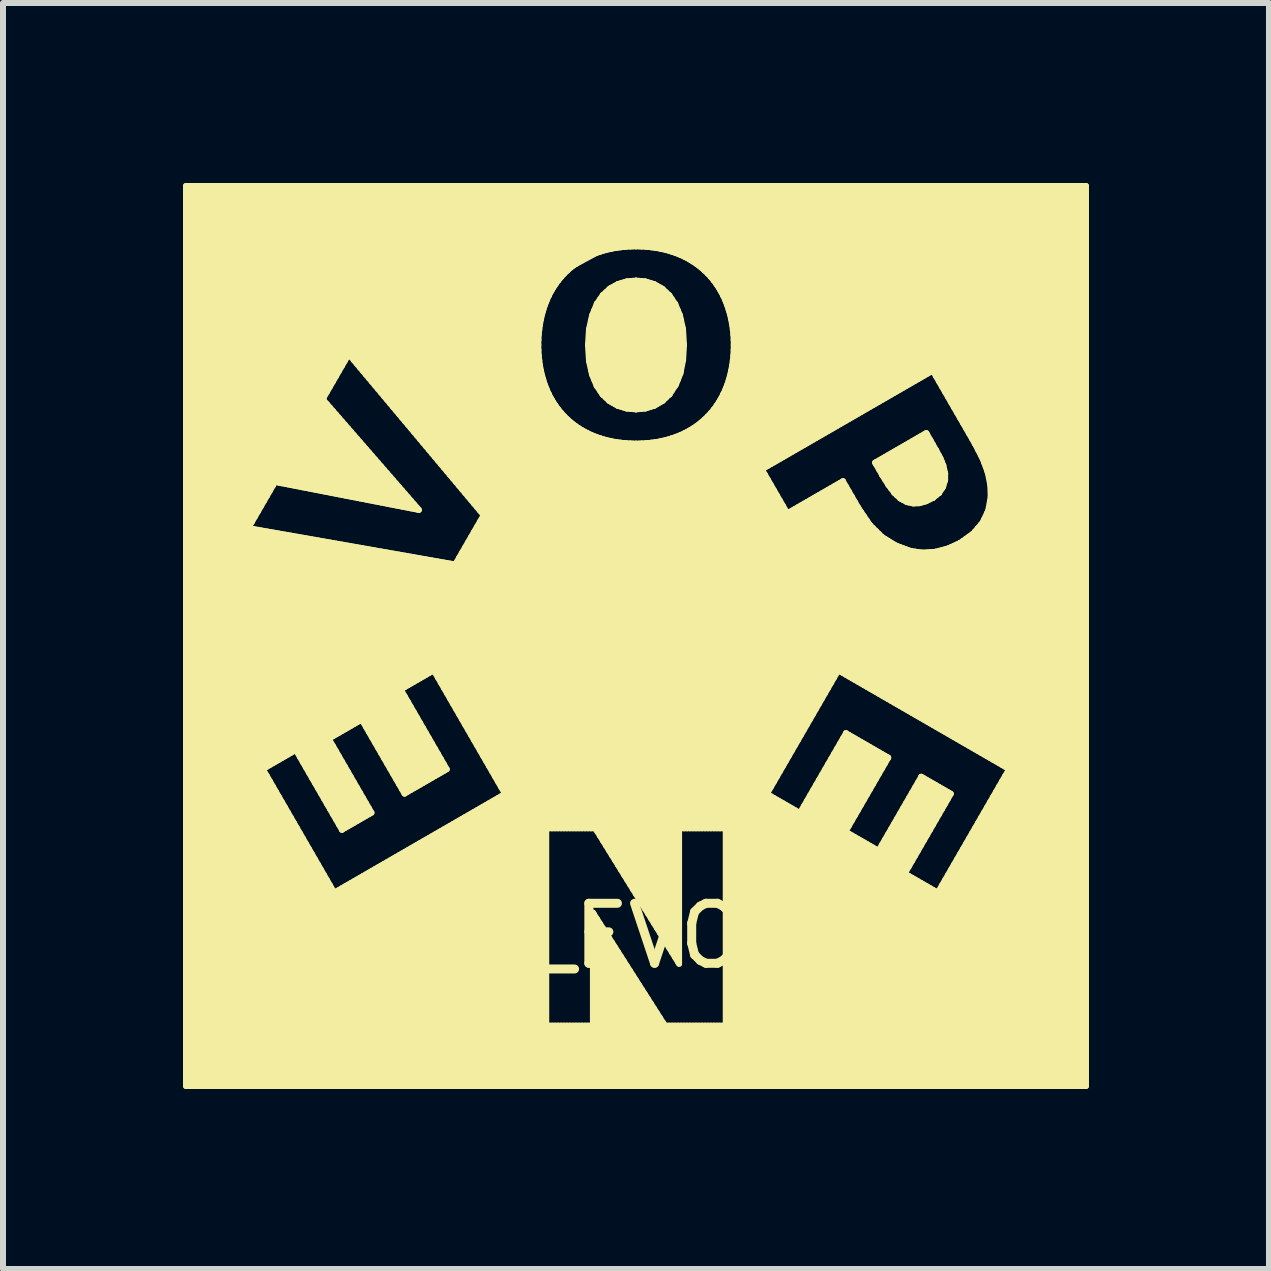
<source format=kicad_pcb>
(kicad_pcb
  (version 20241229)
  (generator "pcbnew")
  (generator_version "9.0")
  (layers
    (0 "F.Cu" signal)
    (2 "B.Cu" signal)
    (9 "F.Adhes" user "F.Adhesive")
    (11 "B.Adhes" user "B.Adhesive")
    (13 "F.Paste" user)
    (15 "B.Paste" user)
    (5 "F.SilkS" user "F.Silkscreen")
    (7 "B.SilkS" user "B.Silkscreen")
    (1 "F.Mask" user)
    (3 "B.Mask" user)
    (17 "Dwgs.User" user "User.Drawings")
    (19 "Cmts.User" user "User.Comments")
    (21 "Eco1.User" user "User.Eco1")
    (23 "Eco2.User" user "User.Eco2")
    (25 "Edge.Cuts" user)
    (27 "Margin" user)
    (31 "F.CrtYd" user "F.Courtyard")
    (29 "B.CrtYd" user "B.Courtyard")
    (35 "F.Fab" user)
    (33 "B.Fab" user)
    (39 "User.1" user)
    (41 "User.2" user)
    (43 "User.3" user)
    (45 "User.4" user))
  (footprint "OPEN_EVO_logo"
    (layer "F.Cu")
    (at 7.55 7.55)
    (property "Reference" "OPEN_EVO_logo" (at 0 5 0) (layer "F.SilkS") (effects (font (size 1 1) (thickness 0.15))))
    (attr through_hole)
    (fp_line (start -7.5 -7.5) (end 7.5 -7.5) (stroke (width 0.1) (type solid)) (layer "F.SilkS"))
    (fp_line (start -7.5 7.5) (end -7.5 -7.5) (stroke (width 0.1) (type solid)) (layer "F.SilkS"))
    (fp_line (start -7.45 -7.5) (end -7.45 7.5) (stroke (width 0.1) (type solid)) (layer "F.SilkS"))
    (fp_line (start -7.4 -7.5) (end -7.4 7.5) (stroke (width 0.1) (type solid)) (layer "F.SilkS"))
    (fp_line (start -7.35 -7.5) (end -7.35 7.5) (stroke (width 0.1) (type solid)) (layer "F.SilkS"))
    (fp_line (start -7.3 -7.5) (end -7.3 7.5) (stroke (width 0.1) (type solid)) (layer "F.SilkS"))
    (fp_line (start -7.25 -7.5) (end -7.25 7.5) (stroke (width 0.1) (type solid)) (layer "F.SilkS"))
    (fp_line (start -7.2 -7.5) (end -7.2 7.5) (stroke (width 0.1) (type solid)) (layer "F.SilkS"))
    (fp_line (start -7.15 -7.5) (end -7.15 7.5) (stroke (width 0.1) (type solid)) (layer "F.SilkS"))
    (fp_line (start -7.1 -7.5) (end -7.1 7.5) (stroke (width 0.1) (type solid)) (layer "F.SilkS"))
    (fp_line (start -7.05 -7.5) (end -7.05 7.5) (stroke (width 0.1) (type solid)) (layer "F.SilkS"))
    (fp_line (start -7 -7.5) (end -7 7.5) (stroke (width 0.1) (type solid)) (layer "F.SilkS"))
    (fp_line (start -6.95 -7.5) (end -6.95 7.5) (stroke (width 0.1) (type solid)) (layer "F.SilkS"))
    (fp_line (start -6.9 -7.5) (end -6.9 7.5) (stroke (width 0.1) (type solid)) (layer "F.SilkS"))
    (fp_line (start -6.85 -7.5) (end -6.85 7.5) (stroke (width 0.1) (type solid)) (layer "F.SilkS"))
    (fp_line (start -6.8 -7.5) (end -6.8 7.5) (stroke (width 0.1) (type solid)) (layer "F.SilkS"))
    (fp_line (start -6.75 -7.5) (end -6.75 7.5) (stroke (width 0.1) (type solid)) (layer "F.SilkS"))
    (fp_line (start -6.7 -7.5) (end -6.7 7.5) (stroke (width 0.1) (type solid)) (layer "F.SilkS"))
    (fp_line (start -6.65 -7.5) (end -6.65 7.5) (stroke (width 0.1) (type solid)) (layer "F.SilkS"))
    (fp_line (start -6.6 -7.5) (end -6.6 7.5) (stroke (width 0.1) (type solid)) (layer "F.SilkS"))
    (fp_line (start -6.55 -7.5) (end -6.55 7.5) (stroke (width 0.1) (type solid)) (layer "F.SilkS"))
    (fp_line (start -6.5 -7.5) (end -6.5 7.5) (stroke (width 0.1) (type solid)) (layer "F.SilkS"))
    (fp_line (start -6.462 -1.797) (end -6.017 -2.568) (stroke (width 0.1) (type solid)) (layer "F.SilkS"))
    (fp_line (start -6.45 -7.5) (end -6.45 -1.819) (stroke (width 0.1) (type solid)) (layer "F.SilkS"))
    (fp_line (start -6.45 -1.795) (end -6.45 7.5) (stroke (width 0.1) (type solid)) (layer "F.SilkS"))
    (fp_line (start -6.4 -7.5) (end -6.4 -1.905) (stroke (width 0.1) (type solid)) (layer "F.SilkS"))
    (fp_line (start -6.4 -1.786) (end -6.4 7.5) (stroke (width 0.1) (type solid)) (layer "F.SilkS"))
    (fp_line (start -6.35 -7.5) (end -6.35 -1.992) (stroke (width 0.1) (type solid)) (layer "F.SilkS"))
    (fp_line (start -6.35 -1.777) (end -6.35 7.5) (stroke (width 0.1) (type solid)) (layer "F.SilkS"))
    (fp_line (start -6.3 -7.5) (end -6.3 -2.078) (stroke (width 0.1) (type solid)) (layer "F.SilkS"))
    (fp_line (start -6.3 -1.769) (end -6.3 7.5) (stroke (width 0.1) (type solid)) (layer "F.SilkS"))
    (fp_line (start -6.25 -7.5) (end -6.25 -2.165) (stroke (width 0.1) (type solid)) (layer "F.SilkS"))
    (fp_line (start -6.25 -1.76) (end -6.25 7.5) (stroke (width 0.1) (type solid)) (layer "F.SilkS"))
    (fp_line (start -6.22 2.217) (end -5.669 1.899) (stroke (width 0.1) (type solid)) (layer "F.SilkS"))
    (fp_line (start -6.2 -7.5) (end -6.2 -2.252) (stroke (width 0.1) (type solid)) (layer "F.SilkS"))
    (fp_line (start -6.2 -1.751) (end -6.2 2.206) (stroke (width 0.1) (type solid)) (layer "F.SilkS"))
    (fp_line (start -6.2 2.252) (end -6.2 7.5) (stroke (width 0.1) (type solid)) (layer "F.SilkS"))
    (fp_line (start -6.15 -7.5) (end -6.15 -2.338) (stroke (width 0.1) (type solid)) (layer "F.SilkS"))
    (fp_line (start -6.15 -1.742) (end -6.15 2.177) (stroke (width 0.1) (type solid)) (layer "F.SilkS"))
    (fp_line (start -6.15 2.338) (end -6.15 7.5) (stroke (width 0.1) (type solid)) (layer "F.SilkS"))
    (fp_line (start -6.1 -7.5) (end -6.1 -2.425) (stroke (width 0.1) (type solid)) (layer "F.SilkS"))
    (fp_line (start -6.1 -1.733) (end -6.1 2.148) (stroke (width 0.1) (type solid)) (layer "F.SilkS"))
    (fp_line (start -6.1 2.425) (end -6.1 7.5) (stroke (width 0.1) (type solid)) (layer "F.SilkS"))
    (fp_line (start -6.05 -7.5) (end -6.05 -2.511) (stroke (width 0.1) (type solid)) (layer "F.SilkS"))
    (fp_line (start -6.05 -1.725) (end -6.05 2.119) (stroke (width 0.1) (type solid)) (layer "F.SilkS"))
    (fp_line (start -6.05 2.511) (end -6.05 7.5) (stroke (width 0.1) (type solid)) (layer "F.SilkS"))
    (fp_line (start -6.017 -2.568) (end -3.618 -2.102) (stroke (width 0.1) (type solid)) (layer "F.SilkS"))
    (fp_line (start -6 -7.5) (end -6 -2.565) (stroke (width 0.1) (type solid)) (layer "F.SilkS"))
    (fp_line (start -6 -1.716) (end -6 2.09) (stroke (width 0.1) (type solid)) (layer "F.SilkS"))
    (fp_line (start -6 2.598) (end -6 7.5) (stroke (width 0.1) (type solid)) (layer "F.SilkS"))
    (fp_line (start -5.95 -7.5) (end -5.95 -2.555) (stroke (width 0.1) (type solid)) (layer "F.SilkS"))
    (fp_line (start -5.95 -1.707) (end -5.95 2.061) (stroke (width 0.1) (type solid)) (layer "F.SilkS"))
    (fp_line (start -5.95 2.685) (end -5.95 7.5) (stroke (width 0.1) (type solid)) (layer "F.SilkS"))
    (fp_line (start -5.9 -7.5) (end -5.9 -2.545) (stroke (width 0.1) (type solid)) (layer "F.SilkS"))
    (fp_line (start -5.9 -1.698) (end -5.9 2.032) (stroke (width 0.1) (type solid)) (layer "F.SilkS"))
    (fp_line (start -5.9 2.771) (end -5.9 7.5) (stroke (width 0.1) (type solid)) (layer "F.SilkS"))
    (fp_line (start -5.85 -7.5) (end -5.85 -2.536) (stroke (width 0.1) (type solid)) (layer "F.SilkS"))
    (fp_line (start -5.85 -1.689) (end -5.85 2.004) (stroke (width 0.1) (type solid)) (layer "F.SilkS"))
    (fp_line (start -5.85 2.858) (end -5.85 7.5) (stroke (width 0.1) (type solid)) (layer "F.SilkS"))
    (fp_line (start -5.8 -7.5) (end -5.8 -2.526) (stroke (width 0.1) (type solid)) (layer "F.SilkS"))
    (fp_line (start -5.8 -1.681) (end -5.8 1.975) (stroke (width 0.1) (type solid)) (layer "F.SilkS"))
    (fp_line (start -5.8 2.944) (end -5.8 7.5) (stroke (width 0.1) (type solid)) (layer "F.SilkS"))
    (fp_line (start -5.75 -7.5) (end -5.75 -2.516) (stroke (width 0.1) (type solid)) (layer "F.SilkS"))
    (fp_line (start -5.75 -1.672) (end -5.75 1.946) (stroke (width 0.1) (type solid)) (layer "F.SilkS"))
    (fp_line (start -5.75 3.031) (end -5.75 7.5) (stroke (width 0.1) (type solid)) (layer "F.SilkS"))
    (fp_line (start -5.7 -7.5) (end -5.7 -2.507) (stroke (width 0.1) (type solid)) (layer "F.SilkS"))
    (fp_line (start -5.7 -1.663) (end -5.7 1.917) (stroke (width 0.1) (type solid)) (layer "F.SilkS"))
    (fp_line (start -5.7 3.118) (end -5.7 7.5) (stroke (width 0.1) (type solid)) (layer "F.SilkS"))
    (fp_line (start -5.669 1.899) (end -4.901 3.229) (stroke (width 0.1) (type solid)) (layer "F.SilkS"))
    (fp_line (start -5.65 -7.5) (end -5.65 -2.497) (stroke (width 0.1) (type solid)) (layer "F.SilkS"))
    (fp_line (start -5.65 -1.654) (end -5.65 1.932) (stroke (width 0.1) (type solid)) (layer "F.SilkS"))
    (fp_line (start -5.65 3.204) (end -5.65 7.5) (stroke (width 0.1) (type solid)) (layer "F.SilkS"))
    (fp_line (start -5.6 -7.5) (end -5.6 -2.487) (stroke (width 0.1) (type solid)) (layer "F.SilkS"))
    (fp_line (start -5.6 -1.646) (end -5.6 2.018) (stroke (width 0.1) (type solid)) (layer "F.SilkS"))
    (fp_line (start -5.6 3.291) (end -5.6 7.5) (stroke (width 0.1) (type solid)) (layer "F.SilkS"))
    (fp_line (start -5.55 -7.5) (end -5.55 -2.477) (stroke (width 0.1) (type solid)) (layer "F.SilkS"))
    (fp_line (start -5.55 -1.637) (end -5.55 2.105) (stroke (width 0.1) (type solid)) (layer "F.SilkS"))
    (fp_line (start -5.55 3.377) (end -5.55 7.5) (stroke (width 0.1) (type solid)) (layer "F.SilkS"))
    (fp_line (start -5.5 -7.5) (end -5.5 -2.468) (stroke (width 0.1) (type solid)) (layer "F.SilkS"))
    (fp_line (start -5.5 -1.628) (end -5.5 2.191) (stroke (width 0.1) (type solid)) (layer "F.SilkS"))
    (fp_line (start -5.5 3.464) (end -5.5 7.5) (stroke (width 0.1) (type solid)) (layer "F.SilkS"))
    (fp_line (start -5.45 -7.5) (end -5.45 -2.458) (stroke (width 0.1) (type solid)) (layer "F.SilkS"))
    (fp_line (start -5.45 -1.619) (end -5.45 2.278) (stroke (width 0.1) (type solid)) (layer "F.SilkS"))
    (fp_line (start -5.45 3.551) (end -5.45 7.5) (stroke (width 0.1) (type solid)) (layer "F.SilkS"))
    (fp_line (start -5.4 -7.5) (end -5.4 -2.448) (stroke (width 0.1) (type solid)) (layer "F.SilkS"))
    (fp_line (start -5.4 -1.61) (end -5.4 2.365) (stroke (width 0.1) (type solid)) (layer "F.SilkS"))
    (fp_line (start -5.4 3.637) (end -5.4 7.5) (stroke (width 0.1) (type solid)) (layer "F.SilkS"))
    (fp_line (start -5.35 -7.5) (end -5.35 -2.438) (stroke (width 0.1) (type solid)) (layer "F.SilkS"))
    (fp_line (start -5.35 -1.602) (end -5.35 2.451) (stroke (width 0.1) (type solid)) (layer "F.SilkS"))
    (fp_line (start -5.35 3.724) (end -5.35 7.5) (stroke (width 0.1) (type solid)) (layer "F.SilkS"))
    (fp_line (start -5.3 -7.5) (end -5.3 -2.429) (stroke (width 0.1) (type solid)) (layer "F.SilkS"))
    (fp_line (start -5.3 -1.593) (end -5.3 2.538) (stroke (width 0.1) (type solid)) (layer "F.SilkS"))
    (fp_line (start -5.3 3.811) (end -5.3 7.5) (stroke (width 0.1) (type solid)) (layer "F.SilkS"))
    (fp_line (start -5.25 -7.5) (end -5.25 -2.419) (stroke (width 0.1) (type solid)) (layer "F.SilkS"))
    (fp_line (start -5.25 -1.584) (end -5.25 2.624) (stroke (width 0.1) (type solid)) (layer "F.SilkS"))
    (fp_line (start -5.25 3.897) (end -5.25 7.5) (stroke (width 0.1) (type solid)) (layer "F.SilkS"))
    (fp_line (start -5.222 -3.946) (end -4.788 -4.698) (stroke (width 0.1) (type solid)) (layer "F.SilkS"))
    (fp_line (start -5.2 -7.5) (end -5.2 -3.984) (stroke (width 0.1) (type solid)) (layer "F.SilkS"))
    (fp_line (start -5.2 -3.921) (end -5.2 -2.409) (stroke (width 0.1) (type solid)) (layer "F.SilkS"))
    (fp_line (start -5.2 -1.575) (end -5.2 2.711) (stroke (width 0.1) (type solid)) (layer "F.SilkS"))
    (fp_line (start -5.2 3.984) (end -5.2 7.5) (stroke (width 0.1) (type solid)) (layer "F.SilkS"))
    (fp_line (start -5.15 -7.5) (end -5.15 -4.07) (stroke (width 0.1) (type solid)) (layer "F.SilkS"))
    (fp_line (start -5.15 -3.864) (end -5.15 -2.4) (stroke (width 0.1) (type solid)) (layer "F.SilkS"))
    (fp_line (start -5.15 -1.567) (end -5.15 2.798) (stroke (width 0.1) (type solid)) (layer "F.SilkS"))
    (fp_line (start -5.15 4.07) (end -5.15 7.5) (stroke (width 0.1) (type solid)) (layer "F.SilkS"))
    (fp_line (start -5.122 1.711) (end -4.571 1.393) (stroke (width 0.1) (type solid)) (layer "F.SilkS"))
    (fp_line (start -5.1 -7.5) (end -5.1 -4.157) (stroke (width 0.1) (type solid)) (layer "F.SilkS"))
    (fp_line (start -5.1 -3.806) (end -5.1 -2.39) (stroke (width 0.1) (type solid)) (layer "F.SilkS"))
    (fp_line (start -5.1 -1.558) (end -5.1 1.698) (stroke (width 0.1) (type solid)) (layer "F.SilkS"))
    (fp_line (start -5.1 1.748) (end -5.1 2.884) (stroke (width 0.1) (type solid)) (layer "F.SilkS"))
    (fp_line (start -5.1 4.157) (end -5.1 7.5) (stroke (width 0.1) (type solid)) (layer "F.SilkS"))
    (fp_line (start -5.05 -7.5) (end -5.05 -4.244) (stroke (width 0.1) (type solid)) (layer "F.SilkS"))
    (fp_line (start -5.05 -3.749) (end -5.05 -2.38) (stroke (width 0.1) (type solid)) (layer "F.SilkS"))
    (fp_line (start -5.05 -1.549) (end -5.05 1.669) (stroke (width 0.1) (type solid)) (layer "F.SilkS"))
    (fp_line (start -5.05 1.835) (end -5.05 2.971) (stroke (width 0.1) (type solid)) (layer "F.SilkS"))
    (fp_line (start -5.05 4.244) (end -5.05 7.5) (stroke (width 0.1) (type solid)) (layer "F.SilkS"))
    (fp_line (start -5.03 4.278) (end -6.22 2.217) (stroke (width 0.1) (type solid)) (layer "F.SilkS"))
    (fp_line (start -5 -7.5) (end -5 -4.33) (stroke (width 0.1) (type solid)) (layer "F.SilkS"))
    (fp_line (start -5 -3.691) (end -5 -2.37) (stroke (width 0.1) (type solid)) (layer "F.SilkS"))
    (fp_line (start -5 -1.54) (end -5 1.64) (stroke (width 0.1) (type solid)) (layer "F.SilkS"))
    (fp_line (start -5 1.922) (end -5 3.057) (stroke (width 0.1) (type solid)) (layer "F.SilkS"))
    (fp_line (start -5 4.261) (end -5 7.5) (stroke (width 0.1) (type solid)) (layer "F.SilkS"))
    (fp_line (start -4.95 -7.5) (end -4.95 -4.417) (stroke (width 0.1) (type solid)) (layer "F.SilkS"))
    (fp_line (start -4.95 -3.634) (end -4.95 -2.361) (stroke (width 0.1) (type solid)) (layer "F.SilkS"))
    (fp_line (start -4.95 -1.531) (end -4.95 1.612) (stroke (width 0.1) (type solid)) (layer "F.SilkS"))
    (fp_line (start -4.95 2.008) (end -4.95 3.144) (stroke (width 0.1) (type solid)) (layer "F.SilkS"))
    (fp_line (start -4.95 4.232) (end -4.95 7.5) (stroke (width 0.1) (type solid)) (layer "F.SilkS"))
    (fp_line (start -4.901 3.229) (end -4.409 2.945) (stroke (width 0.1) (type solid)) (layer "F.SilkS"))
    (fp_line (start -4.9 -7.5) (end -4.9 -4.503) (stroke (width 0.1) (type solid)) (layer "F.SilkS"))
    (fp_line (start -4.9 -3.576) (end -4.9 -2.351) (stroke (width 0.1) (type solid)) (layer "F.SilkS"))
    (fp_line (start -4.9 -1.523) (end -4.9 1.583) (stroke (width 0.1) (type solid)) (layer "F.SilkS"))
    (fp_line (start -4.9 2.095) (end -4.9 3.228) (stroke (width 0.1) (type solid)) (layer "F.SilkS"))
    (fp_line (start -4.9 4.203) (end -4.9 7.5) (stroke (width 0.1) (type solid)) (layer "F.SilkS"))
    (fp_line (start -4.85 -7.5) (end -4.85 -4.59) (stroke (width 0.1) (type solid)) (layer "F.SilkS"))
    (fp_line (start -4.85 -3.519) (end -4.85 -2.341) (stroke (width 0.1) (type solid)) (layer "F.SilkS"))
    (fp_line (start -4.85 -1.514) (end -4.85 1.554) (stroke (width 0.1) (type solid)) (layer "F.SilkS"))
    (fp_line (start -4.85 2.181) (end -4.85 3.199) (stroke (width 0.1) (type solid)) (layer "F.SilkS"))
    (fp_line (start -4.85 4.174) (end -4.85 7.5) (stroke (width 0.1) (type solid)) (layer "F.SilkS"))
    (fp_line (start -4.8 -7.5) (end -4.8 -4.677) (stroke (width 0.1) (type solid)) (layer "F.SilkS"))
    (fp_line (start -4.8 -3.461) (end -4.8 -2.331) (stroke (width 0.1) (type solid)) (layer "F.SilkS"))
    (fp_line (start -4.8 -1.505) (end -4.8 1.525) (stroke (width 0.1) (type solid)) (layer "F.SilkS"))
    (fp_line (start -4.8 2.268) (end -4.8 3.171) (stroke (width 0.1) (type solid)) (layer "F.SilkS"))
    (fp_line (start -4.8 4.145) (end -4.8 7.5) (stroke (width 0.1) (type solid)) (layer "F.SilkS"))
    (fp_line (start -4.788 -4.698) (end -2.538 -2.014) (stroke (width 0.1) (type solid)) (layer "F.SilkS"))
    (fp_line (start -4.75 -7.5) (end -4.75 -4.653) (stroke (width 0.1) (type solid)) (layer "F.SilkS"))
    (fp_line (start -4.75 -3.404) (end -4.75 -2.322) (stroke (width 0.1) (type solid)) (layer "F.SilkS"))
    (fp_line (start -4.75 -1.496) (end -4.75 1.496) (stroke (width 0.1) (type solid)) (layer "F.SilkS"))
    (fp_line (start -4.75 2.355) (end -4.75 3.142) (stroke (width 0.1) (type solid)) (layer "F.SilkS"))
    (fp_line (start -4.75 4.116) (end -4.75 7.5) (stroke (width 0.1) (type solid)) (layer "F.SilkS"))
    (fp_line (start -4.7 -7.5) (end -4.7 -4.594) (stroke (width 0.1) (type solid)) (layer "F.SilkS"))
    (fp_line (start -4.7 -3.346) (end -4.7 -2.312) (stroke (width 0.1) (type solid)) (layer "F.SilkS"))
    (fp_line (start -4.7 -1.487) (end -4.7 1.467) (stroke (width 0.1) (type solid)) (layer "F.SilkS"))
    (fp_line (start -4.7 2.441) (end -4.7 3.113) (stroke (width 0.1) (type solid)) (layer "F.SilkS"))
    (fp_line (start -4.7 4.088) (end -4.7 7.5) (stroke (width 0.1) (type solid)) (layer "F.SilkS"))
    (fp_line (start -4.65 -7.5) (end -4.65 -4.534) (stroke (width 0.1) (type solid)) (layer "F.SilkS"))
    (fp_line (start -4.65 -3.289) (end -4.65 -2.302) (stroke (width 0.1) (type solid)) (layer "F.SilkS"))
    (fp_line (start -4.65 -1.479) (end -4.65 1.438) (stroke (width 0.1) (type solid)) (layer "F.SilkS"))
    (fp_line (start -4.65 2.528) (end -4.65 3.084) (stroke (width 0.1) (type solid)) (layer "F.SilkS"))
    (fp_line (start -4.65 4.059) (end -4.65 7.5) (stroke (width 0.1) (type solid)) (layer "F.SilkS"))
    (fp_line (start -4.6 -7.5) (end -4.6 -4.474) (stroke (width 0.1) (type solid)) (layer "F.SilkS"))
    (fp_line (start -4.6 -3.231) (end -4.6 -2.293) (stroke (width 0.1) (type solid)) (layer "F.SilkS"))
    (fp_line (start -4.6 -1.47) (end -4.6 1.409) (stroke (width 0.1) (type solid)) (layer "F.SilkS"))
    (fp_line (start -4.6 2.614) (end -4.6 3.055) (stroke (width 0.1) (type solid)) (layer "F.SilkS"))
    (fp_line (start -4.6 4.03) (end -4.6 7.5) (stroke (width 0.1) (type solid)) (layer "F.SilkS"))
    (fp_line (start -4.571 1.393) (end -3.858 2.627) (stroke (width 0.1) (type solid)) (layer "F.SilkS"))
    (fp_line (start -4.55 -7.5) (end -4.55 -4.415) (stroke (width 0.1) (type solid)) (layer "F.SilkS"))
    (fp_line (start -4.55 -3.174) (end -4.55 -2.283) (stroke (width 0.1) (type solid)) (layer "F.SilkS"))
    (fp_line (start -4.55 -1.461) (end -4.55 1.428) (stroke (width 0.1) (type solid)) (layer "F.SilkS"))
    (fp_line (start -4.55 2.701) (end -4.55 3.026) (stroke (width 0.1) (type solid)) (layer "F.SilkS"))
    (fp_line (start -4.55 4.001) (end -4.55 7.5) (stroke (width 0.1) (type solid)) (layer "F.SilkS"))
    (fp_line (start -4.5 -7.5) (end -4.5 -4.355) (stroke (width 0.1) (type solid)) (layer "F.SilkS"))
    (fp_line (start -4.5 -3.116) (end -4.5 -2.273) (stroke (width 0.1) (type solid)) (layer "F.SilkS"))
    (fp_line (start -4.5 -1.452) (end -4.5 1.515) (stroke (width 0.1) (type solid)) (layer "F.SilkS"))
    (fp_line (start -4.5 2.788) (end -4.5 2.997) (stroke (width 0.1) (type solid)) (layer "F.SilkS"))
    (fp_line (start -4.5 3.972) (end -4.5 7.5) (stroke (width 0.1) (type solid)) (layer "F.SilkS"))
    (fp_line (start -4.45 -7.5) (end -4.45 -4.295) (stroke (width 0.1) (type solid)) (layer "F.SilkS"))
    (fp_line (start -4.45 -3.059) (end -4.45 -2.263) (stroke (width 0.1) (type solid)) (layer "F.SilkS"))
    (fp_line (start -4.45 -1.444) (end -4.45 1.601) (stroke (width 0.1) (type solid)) (layer "F.SilkS"))
    (fp_line (start -4.45 2.874) (end -4.45 2.969) (stroke (width 0.1) (type solid)) (layer "F.SilkS"))
    (fp_line (start -4.45 3.943) (end -4.45 7.5) (stroke (width 0.1) (type solid)) (layer "F.SilkS"))
    (fp_line (start -4.409 2.945) (end -5.122 1.711) (stroke (width 0.1) (type solid)) (layer "F.SilkS"))
    (fp_line (start -4.4 -7.5) (end -4.4 -4.236) (stroke (width 0.1) (type solid)) (layer "F.SilkS"))
    (fp_line (start -4.4 -3.001) (end -4.4 -2.254) (stroke (width 0.1) (type solid)) (layer "F.SilkS"))
    (fp_line (start -4.4 -1.435) (end -4.4 1.688) (stroke (width 0.1) (type solid)) (layer "F.SilkS"))
    (fp_line (start -4.4 3.914) (end -4.4 7.5) (stroke (width 0.1) (type solid)) (layer "F.SilkS"))
    (fp_line (start -4.35 -7.5) (end -4.35 -4.176) (stroke (width 0.1) (type solid)) (layer "F.SilkS"))
    (fp_line (start -4.35 -2.944) (end -4.35 -2.244) (stroke (width 0.1) (type solid)) (layer "F.SilkS"))
    (fp_line (start -4.35 -1.426) (end -4.35 1.775) (stroke (width 0.1) (type solid)) (layer "F.SilkS"))
    (fp_line (start -4.35 3.885) (end -4.35 7.5) (stroke (width 0.1) (type solid)) (layer "F.SilkS"))
    (fp_line (start -4.3 -7.5) (end -4.3 -4.116) (stroke (width 0.1) (type solid)) (layer "F.SilkS"))
    (fp_line (start -4.3 -2.886) (end -4.3 -2.234) (stroke (width 0.1) (type solid)) (layer "F.SilkS"))
    (fp_line (start -4.3 -1.417) (end -4.3 1.861) (stroke (width 0.1) (type solid)) (layer "F.SilkS"))
    (fp_line (start -4.3 3.857) (end -4.3 7.5) (stroke (width 0.1) (type solid)) (layer "F.SilkS"))
    (fp_line (start -4.25 -7.5) (end -4.25 -4.057) (stroke (width 0.1) (type solid)) (layer "F.SilkS"))
    (fp_line (start -4.25 -2.829) (end -4.25 -2.224) (stroke (width 0.1) (type solid)) (layer "F.SilkS"))
    (fp_line (start -4.25 -1.408) (end -4.25 1.948) (stroke (width 0.1) (type solid)) (layer "F.SilkS"))
    (fp_line (start -4.25 3.828) (end -4.25 7.5) (stroke (width 0.1) (type solid)) (layer "F.SilkS"))
    (fp_line (start -4.2 -7.5) (end -4.2 -3.997) (stroke (width 0.1) (type solid)) (layer "F.SilkS"))
    (fp_line (start -4.2 -2.771) (end -4.2 -2.215) (stroke (width 0.1) (type solid)) (layer "F.SilkS"))
    (fp_line (start -4.2 -1.4) (end -4.2 2.035) (stroke (width 0.1) (type solid)) (layer "F.SilkS"))
    (fp_line (start -4.2 3.799) (end -4.2 7.5) (stroke (width 0.1) (type solid)) (layer "F.SilkS"))
    (fp_line (start -4.15 -7.5) (end -4.15 -3.937) (stroke (width 0.1) (type solid)) (layer "F.SilkS"))
    (fp_line (start -4.15 -2.714) (end -4.15 -2.205) (stroke (width 0.1) (type solid)) (layer "F.SilkS"))
    (fp_line (start -4.15 -1.391) (end -4.15 2.121) (stroke (width 0.1) (type solid)) (layer "F.SilkS"))
    (fp_line (start -4.15 3.77) (end -4.15 7.5) (stroke (width 0.1) (type solid)) (layer "F.SilkS"))
    (fp_line (start -4.1 -7.5) (end -4.1 -3.878) (stroke (width 0.1) (type solid)) (layer "F.SilkS"))
    (fp_line (start -4.1 -2.656) (end -4.1 -2.195) (stroke (width 0.1) (type solid)) (layer "F.SilkS"))
    (fp_line (start -4.1 -1.382) (end -4.1 2.208) (stroke (width 0.1) (type solid)) (layer "F.SilkS"))
    (fp_line (start -4.1 3.741) (end -4.1 7.5) (stroke (width 0.1) (type solid)) (layer "F.SilkS"))
    (fp_line (start -4.05 -7.5) (end -4.05 -3.818) (stroke (width 0.1) (type solid)) (layer "F.SilkS"))
    (fp_line (start -4.05 -2.599) (end -4.05 -2.186) (stroke (width 0.1) (type solid)) (layer "F.SilkS"))
    (fp_line (start -4.05 -1.373) (end -4.05 2.294) (stroke (width 0.1) (type solid)) (layer "F.SilkS"))
    (fp_line (start -4.05 3.712) (end -4.05 7.5) (stroke (width 0.1) (type solid)) (layer "F.SilkS"))
    (fp_line (start -4 -7.5) (end -4 -3.758) (stroke (width 0.1) (type solid)) (layer "F.SilkS"))
    (fp_line (start -4 -2.541) (end -4 -2.176) (stroke (width 0.1) (type solid)) (layer "F.SilkS"))
    (fp_line (start -4 -1.364) (end -4 2.381) (stroke (width 0.1) (type solid)) (layer "F.SilkS"))
    (fp_line (start -4 3.683) (end -4 7.5) (stroke (width 0.1) (type solid)) (layer "F.SilkS"))
    (fp_line (start -3.95 -7.5) (end -3.95 -3.699) (stroke (width 0.1) (type solid)) (layer "F.SilkS"))
    (fp_line (start -3.95 -2.483) (end -3.95 -2.166) (stroke (width 0.1) (type solid)) (layer "F.SilkS"))
    (fp_line (start -3.95 -1.356) (end -3.95 2.468) (stroke (width 0.1) (type solid)) (layer "F.SilkS"))
    (fp_line (start -3.95 3.654) (end -3.95 7.5) (stroke (width 0.1) (type solid)) (layer "F.SilkS"))
    (fp_line (start -3.922 0.89) (end -3.371 0.572) (stroke (width 0.1) (type solid)) (layer "F.SilkS"))
    (fp_line (start -3.9 -7.5) (end -3.9 -3.639) (stroke (width 0.1) (type solid)) (layer "F.SilkS"))
    (fp_line (start -3.9 -2.426) (end -3.9 -2.156) (stroke (width 0.1) (type solid)) (layer "F.SilkS"))
    (fp_line (start -3.9 -1.347) (end -3.9 0.878) (stroke (width 0.1) (type solid)) (layer "F.SilkS"))
    (fp_line (start -3.9 0.928) (end -3.9 2.554) (stroke (width 0.1) (type solid)) (layer "F.SilkS"))
    (fp_line (start -3.9 3.626) (end -3.9 7.5) (stroke (width 0.1) (type solid)) (layer "F.SilkS"))
    (fp_line (start -3.858 2.627) (end -3.154 2.22) (stroke (width 0.1) (type solid)) (layer "F.SilkS"))
    (fp_line (start -3.85 -7.5) (end -3.85 -3.579) (stroke (width 0.1) (type solid)) (layer "F.SilkS"))
    (fp_line (start -3.85 -2.368) (end -3.85 -2.147) (stroke (width 0.1) (type solid)) (layer "F.SilkS"))
    (fp_line (start -3.85 -1.338) (end -3.85 0.849) (stroke (width 0.1) (type solid)) (layer "F.SilkS"))
    (fp_line (start -3.85 1.014) (end -3.85 2.622) (stroke (width 0.1) (type solid)) (layer "F.SilkS"))
    (fp_line (start -3.85 3.597) (end -3.85 7.5) (stroke (width 0.1) (type solid)) (layer "F.SilkS"))
    (fp_line (start -3.8 -7.5) (end -3.8 -3.52) (stroke (width 0.1) (type solid)) (layer "F.SilkS"))
    (fp_line (start -3.8 -2.311) (end -3.8 -2.137) (stroke (width 0.1) (type solid)) (layer "F.SilkS"))
    (fp_line (start -3.8 -1.329) (end -3.8 0.82) (stroke (width 0.1) (type solid)) (layer "F.SilkS"))
    (fp_line (start -3.8 1.101) (end -3.8 2.593) (stroke (width 0.1) (type solid)) (layer "F.SilkS"))
    (fp_line (start -3.8 3.568) (end -3.8 7.5) (stroke (width 0.1) (type solid)) (layer "F.SilkS"))
    (fp_line (start -3.75 -7.5) (end -3.75 -3.46) (stroke (width 0.1) (type solid)) (layer "F.SilkS"))
    (fp_line (start -3.75 -2.253) (end -3.75 -2.127) (stroke (width 0.1) (type solid)) (layer "F.SilkS"))
    (fp_line (start -3.75 -1.321) (end -3.75 0.791) (stroke (width 0.1) (type solid)) (layer "F.SilkS"))
    (fp_line (start -3.75 1.188) (end -3.75 2.564) (stroke (width 0.1) (type solid)) (layer "F.SilkS"))
    (fp_line (start -3.75 3.539) (end -3.75 7.5) (stroke (width 0.1) (type solid)) (layer "F.SilkS"))
    (fp_line (start -3.7 -7.5) (end -3.7 -3.4) (stroke (width 0.1) (type solid)) (layer "F.SilkS"))
    (fp_line (start -3.7 -2.196) (end -3.7 -2.118) (stroke (width 0.1) (type solid)) (layer "F.SilkS"))
    (fp_line (start -3.7 -1.312) (end -3.7 0.762) (stroke (width 0.1) (type solid)) (layer "F.SilkS"))
    (fp_line (start -3.7 1.274) (end -3.7 2.535) (stroke (width 0.1) (type solid)) (layer "F.SilkS"))
    (fp_line (start -3.7 3.51) (end -3.7 7.5) (stroke (width 0.1) (type solid)) (layer "F.SilkS"))
    (fp_line (start -3.65 -7.5) (end -3.65 -3.341) (stroke (width 0.1) (type solid)) (layer "F.SilkS"))
    (fp_line (start -3.65 -2.138) (end -3.65 -2.108) (stroke (width 0.1) (type solid)) (layer "F.SilkS"))
    (fp_line (start -3.65 -1.303) (end -3.65 0.733) (stroke (width 0.1) (type solid)) (layer "F.SilkS"))
    (fp_line (start -3.65 1.361) (end -3.65 2.507) (stroke (width 0.1) (type solid)) (layer "F.SilkS"))
    (fp_line (start -3.65 3.481) (end -3.65 7.5) (stroke (width 0.1) (type solid)) (layer "F.SilkS"))
    (fp_line (start -3.618 -2.102) (end -5.222 -3.946) (stroke (width 0.1) (type solid)) (layer "F.SilkS"))
    (fp_line (start -3.6 -7.5) (end -3.6 -3.281) (stroke (width 0.1) (type solid)) (layer "F.SilkS"))
    (fp_line (start -3.6 -1.294) (end -3.6 0.705) (stroke (width 0.1) (type solid)) (layer "F.SilkS"))
    (fp_line (start -3.6 1.447) (end -3.6 2.478) (stroke (width 0.1) (type solid)) (layer "F.SilkS"))
    (fp_line (start -3.6 3.452) (end -3.6 7.5) (stroke (width 0.1) (type solid)) (layer "F.SilkS"))
    (fp_line (start -3.55 -7.5) (end -3.55 -3.221) (stroke (width 0.1) (type solid)) (layer "F.SilkS"))
    (fp_line (start -3.55 -1.285) (end -3.55 0.676) (stroke (width 0.1) (type solid)) (layer "F.SilkS"))
    (fp_line (start -3.55 1.534) (end -3.55 2.449) (stroke (width 0.1) (type solid)) (layer "F.SilkS"))
    (fp_line (start -3.55 3.424) (end -3.55 7.5) (stroke (width 0.1) (type solid)) (layer "F.SilkS"))
    (fp_line (start -3.5 -7.5) (end -3.5 -3.162) (stroke (width 0.1) (type solid)) (layer "F.SilkS"))
    (fp_line (start -3.5 -1.277) (end -3.5 0.647) (stroke (width 0.1) (type solid)) (layer "F.SilkS"))
    (fp_line (start -3.5 1.621) (end -3.5 2.42) (stroke (width 0.1) (type solid)) (layer "F.SilkS"))
    (fp_line (start -3.5 3.395) (end -3.5 7.5) (stroke (width 0.1) (type solid)) (layer "F.SilkS"))
    (fp_line (start -3.45 -7.5) (end -3.45 -3.102) (stroke (width 0.1) (type solid)) (layer "F.SilkS"))
    (fp_line (start -3.45 -1.268) (end -3.45 0.618) (stroke (width 0.1) (type solid)) (layer "F.SilkS"))
    (fp_line (start -3.45 1.707) (end -3.45 2.391) (stroke (width 0.1) (type solid)) (layer "F.SilkS"))
    (fp_line (start -3.45 3.366) (end -3.45 7.5) (stroke (width 0.1) (type solid)) (layer "F.SilkS"))
    (fp_line (start -3.4 -7.5) (end -3.4 -3.042) (stroke (width 0.1) (type solid)) (layer "F.SilkS"))
    (fp_line (start -3.4 -1.259) (end -3.4 0.589) (stroke (width 0.1) (type solid)) (layer "F.SilkS"))
    (fp_line (start -3.4 1.794) (end -3.4 2.362) (stroke (width 0.1) (type solid)) (layer "F.SilkS"))
    (fp_line (start -3.4 3.337) (end -3.4 7.5) (stroke (width 0.1) (type solid)) (layer "F.SilkS"))
    (fp_line (start -3.371 0.572) (end -2.181 2.633) (stroke (width 0.1) (type solid)) (layer "F.SilkS"))
    (fp_line (start -3.35 -7.5) (end -3.35 -2.983) (stroke (width 0.1) (type solid)) (layer "F.SilkS"))
    (fp_line (start -3.35 -1.25) (end -3.35 0.608) (stroke (width 0.1) (type solid)) (layer "F.SilkS"))
    (fp_line (start -3.35 1.88) (end -3.35 2.333) (stroke (width 0.1) (type solid)) (layer "F.SilkS"))
    (fp_line (start -3.35 3.308) (end -3.35 7.5) (stroke (width 0.1) (type solid)) (layer "F.SilkS"))
    (fp_line (start -3.3 -7.5) (end -3.3 -2.923) (stroke (width 0.1) (type solid)) (layer "F.SilkS"))
    (fp_line (start -3.3 -1.241) (end -3.3 0.694) (stroke (width 0.1) (type solid)) (layer "F.SilkS"))
    (fp_line (start -3.3 1.967) (end -3.3 2.305) (stroke (width 0.1) (type solid)) (layer "F.SilkS"))
    (fp_line (start -3.3 3.279) (end -3.3 7.5) (stroke (width 0.1) (type solid)) (layer "F.SilkS"))
    (fp_line (start -3.25 -7.5) (end -3.25 -2.863) (stroke (width 0.1) (type solid)) (layer "F.SilkS"))
    (fp_line (start -3.25 -1.233) (end -3.25 0.781) (stroke (width 0.1) (type solid)) (layer "F.SilkS"))
    (fp_line (start -3.25 2.054) (end -3.25 2.276) (stroke (width 0.1) (type solid)) (layer "F.SilkS"))
    (fp_line (start -3.25 3.25) (end -3.25 7.5) (stroke (width 0.1) (type solid)) (layer "F.SilkS"))
    (fp_line (start -3.2 -7.5) (end -3.2 -2.804) (stroke (width 0.1) (type solid)) (layer "F.SilkS"))
    (fp_line (start -3.2 -1.224) (end -3.2 0.868) (stroke (width 0.1) (type solid)) (layer "F.SilkS"))
    (fp_line (start -3.2 2.14) (end -3.2 2.247) (stroke (width 0.1) (type solid)) (layer "F.SilkS"))
    (fp_line (start -3.2 3.221) (end -3.2 7.5) (stroke (width 0.1) (type solid)) (layer "F.SilkS"))
    (fp_line (start -3.154 2.22) (end -3.922 0.89) (stroke (width 0.1) (type solid)) (layer "F.SilkS"))
    (fp_line (start -3.15 -7.5) (end -3.15 -2.744) (stroke (width 0.1) (type solid)) (layer "F.SilkS"))
    (fp_line (start -3.15 -1.215) (end -3.15 0.954) (stroke (width 0.1) (type solid)) (layer "F.SilkS"))
    (fp_line (start -3.15 3.193) (end -3.15 7.5) (stroke (width 0.1) (type solid)) (layer "F.SilkS"))
    (fp_line (start -3.1 -7.5) (end -3.1 -2.684) (stroke (width 0.1) (type solid)) (layer "F.SilkS"))
    (fp_line (start -3.1 -1.206) (end -3.1 1.041) (stroke (width 0.1) (type solid)) (layer "F.SilkS"))
    (fp_line (start -3.1 3.164) (end -3.1 7.5) (stroke (width 0.1) (type solid)) (layer "F.SilkS"))
    (fp_line (start -3.05 -7.5) (end -3.05 -2.625) (stroke (width 0.1) (type solid)) (layer "F.SilkS"))
    (fp_line (start -3.05 -1.198) (end -3.05 1.127) (stroke (width 0.1) (type solid)) (layer "F.SilkS"))
    (fp_line (start -3.05 3.135) (end -3.05 7.5) (stroke (width 0.1) (type solid)) (layer "F.SilkS"))
    (fp_line (start -3.013 -1.191) (end -6.462 -1.797) (stroke (width 0.1) (type solid)) (layer "F.SilkS"))
    (fp_line (start -3 -7.5) (end -3 -2.565) (stroke (width 0.1) (type solid)) (layer "F.SilkS"))
    (fp_line (start -3 -1.214) (end -3 1.214) (stroke (width 0.1) (type solid)) (layer "F.SilkS"))
    (fp_line (start -3 3.106) (end -3 7.5) (stroke (width 0.1) (type solid)) (layer "F.SilkS"))
    (fp_line (start -2.95 -7.5) (end -2.95 -2.505) (stroke (width 0.1) (type solid)) (layer "F.SilkS"))
    (fp_line (start -2.95 -1.301) (end -2.95 1.301) (stroke (width 0.1) (type solid)) (layer "F.SilkS"))
    (fp_line (start -2.95 3.077) (end -2.95 7.5) (stroke (width 0.1) (type solid)) (layer "F.SilkS"))
    (fp_line (start -2.9 -7.5) (end -2.9 -2.446) (stroke (width 0.1) (type solid)) (layer "F.SilkS"))
    (fp_line (start -2.9 -1.387) (end -2.9 1.387) (stroke (width 0.1) (type solid)) (layer "F.SilkS"))
    (fp_line (start -2.9 3.048) (end -2.9 7.5) (stroke (width 0.1) (type solid)) (layer "F.SilkS"))
    (fp_line (start -2.85 -7.5) (end -2.85 -2.386) (stroke (width 0.1) (type solid)) (layer "F.SilkS"))
    (fp_line (start -2.85 -1.474) (end -2.85 1.474) (stroke (width 0.1) (type solid)) (layer "F.SilkS"))
    (fp_line (start -2.85 3.019) (end -2.85 7.5) (stroke (width 0.1) (type solid)) (layer "F.SilkS"))
    (fp_line (start -2.8 -7.5) (end -2.8 -2.326) (stroke (width 0.1) (type solid)) (layer "F.SilkS"))
    (fp_line (start -2.8 -1.56) (end -2.8 1.56) (stroke (width 0.1) (type solid)) (layer "F.SilkS"))
    (fp_line (start -2.8 2.991) (end -2.8 7.5) (stroke (width 0.1) (type solid)) (layer "F.SilkS"))
    (fp_line (start -2.75 -7.5) (end -2.75 -2.267) (stroke (width 0.1) (type solid)) (layer "F.SilkS"))
    (fp_line (start -2.75 -1.647) (end -2.75 1.647) (stroke (width 0.1) (type solid)) (layer "F.SilkS"))
    (fp_line (start -2.75 2.962) (end -2.75 7.5) (stroke (width 0.1) (type solid)) (layer "F.SilkS"))
    (fp_line (start -2.7 -7.5) (end -2.7 -2.207) (stroke (width 0.1) (type solid)) (layer "F.SilkS"))
    (fp_line (start -2.7 -1.734) (end -2.7 1.734) (stroke (width 0.1) (type solid)) (layer "F.SilkS"))
    (fp_line (start -2.7 2.933) (end -2.7 7.5) (stroke (width 0.1) (type solid)) (layer "F.SilkS"))
    (fp_line (start -2.65 -7.5) (end -2.65 -2.147) (stroke (width 0.1) (type solid)) (layer "F.SilkS"))
    (fp_line (start -2.65 -1.82) (end -2.65 1.82) (stroke (width 0.1) (type solid)) (layer "F.SilkS"))
    (fp_line (start -2.65 2.904) (end -2.65 7.5) (stroke (width 0.1) (type solid)) (layer "F.SilkS"))
    (fp_line (start -2.6 -7.5) (end -2.6 -2.088) (stroke (width 0.1) (type solid)) (layer "F.SilkS"))
    (fp_line (start -2.6 -1.907) (end -2.6 1.907) (stroke (width 0.1) (type solid)) (layer "F.SilkS"))
    (fp_line (start -2.6 2.875) (end -2.6 7.5) (stroke (width 0.1) (type solid)) (layer "F.SilkS"))
    (fp_line (start -2.55 -7.5) (end -2.55 -2.028) (stroke (width 0.1) (type solid)) (layer "F.SilkS"))
    (fp_line (start -2.55 -1.993) (end -2.55 1.993) (stroke (width 0.1) (type solid)) (layer "F.SilkS"))
    (fp_line (start -2.55 2.846) (end -2.55 7.5) (stroke (width 0.1) (type solid)) (layer "F.SilkS"))
    (fp_line (start -2.538 -2.014) (end -3.013 -1.191) (stroke (width 0.1) (type solid)) (layer "F.SilkS"))
    (fp_line (start -2.5 -7.5) (end -2.5 2.08) (stroke (width 0.1) (type solid)) (layer "F.SilkS"))
    (fp_line (start -2.5 2.817) (end -2.5 7.5) (stroke (width 0.1) (type solid)) (layer "F.SilkS"))
    (fp_line (start -2.45 -7.5) (end -2.45 2.167) (stroke (width 0.1) (type solid)) (layer "F.SilkS"))
    (fp_line (start -2.45 2.788) (end -2.45 7.5) (stroke (width 0.1) (type solid)) (layer "F.SilkS"))
    (fp_line (start -2.4 -7.5) (end -2.4 2.253) (stroke (width 0.1) (type solid)) (layer "F.SilkS"))
    (fp_line (start -2.4 2.76) (end -2.4 7.5) (stroke (width 0.1) (type solid)) (layer "F.SilkS"))
    (fp_line (start -2.35 -7.5) (end -2.35 2.34) (stroke (width 0.1) (type solid)) (layer "F.SilkS"))
    (fp_line (start -2.35 2.731) (end -2.35 7.5) (stroke (width 0.1) (type solid)) (layer "F.SilkS"))
    (fp_line (start -2.3 -7.5) (end -2.3 2.426) (stroke (width 0.1) (type solid)) (layer "F.SilkS"))
    (fp_line (start -2.3 2.702) (end -2.3 7.5) (stroke (width 0.1) (type solid)) (layer "F.SilkS"))
    (fp_line (start -2.25 -7.5) (end -2.25 2.513) (stroke (width 0.1) (type solid)) (layer "F.SilkS"))
    (fp_line (start -2.25 2.673) (end -2.25 7.5) (stroke (width 0.1) (type solid)) (layer "F.SilkS"))
    (fp_line (start -2.2 -7.5) (end -2.2 2.6) (stroke (width 0.1) (type solid)) (layer "F.SilkS"))
    (fp_line (start -2.2 2.644) (end -2.2 7.5) (stroke (width 0.1) (type solid)) (layer "F.SilkS"))
    (fp_line (start -2.181 2.633) (end -5.03 4.278) (stroke (width 0.1) (type solid)) (layer "F.SilkS"))
    (fp_line (start -2.15 -7.5) (end -2.15 7.5) (stroke (width 0.1) (type solid)) (layer "F.SilkS"))
    (fp_line (start -2.1 -7.5) (end -2.1 7.5) (stroke (width 0.1) (type solid)) (layer "F.SilkS"))
    (fp_line (start -2.05 -7.5) (end -2.05 7.5) (stroke (width 0.1) (type solid)) (layer "F.SilkS"))
    (fp_line (start -2 -7.5) (end -2 7.5) (stroke (width 0.1) (type solid)) (layer "F.SilkS"))
    (fp_line (start -1.95 -7.5) (end -1.95 7.5) (stroke (width 0.1) (type solid)) (layer "F.SilkS"))
    (fp_line (start -1.9 -7.5) (end -1.9 7.5) (stroke (width 0.1) (type solid)) (layer "F.SilkS"))
    (fp_line (start -1.85 -7.5) (end -1.85 7.5) (stroke (width 0.1) (type solid)) (layer "F.SilkS"))
    (fp_line (start -1.8 -7.5) (end -1.8 7.5) (stroke (width 0.1) (type solid)) (layer "F.SilkS"))
    (fp_line (start -1.75 -7.5) (end -1.75 7.5) (stroke (width 0.1) (type solid)) (layer "F.SilkS"))
    (fp_line (start -1.7 -7.5) (end -1.7 7.5) (stroke (width 0.1) (type solid)) (layer "F.SilkS"))
    (fp_line (start -1.664 -4.849) (end -1.554 -5.546) (stroke (width 0.1) (type solid)) (layer "F.SilkS"))
    (fp_line (start -1.65 -7.5) (end -1.65 7.5) (stroke (width 0.1) (type solid)) (layer "F.SilkS"))
    (fp_line (start -1.628 -4.85) (end -1.626 -4.937) (stroke (width 0.1) (type solid)) (layer "F.SilkS"))
    (fp_line (start -1.626 -4.937) (end -1.621 -5.023) (stroke (width 0.1) (type solid)) (layer "F.SilkS"))
    (fp_line (start -1.626 -4.763) (end -1.628 -4.85) (stroke (width 0.1) (type solid)) (layer "F.SilkS"))
    (fp_line (start -1.621 -5.023) (end -1.612 -5.109) (stroke (width 0.1) (type solid)) (layer "F.SilkS"))
    (fp_line (start -1.621 -4.676) (end -1.626 -4.763) (stroke (width 0.1) (type solid)) (layer "F.SilkS"))
    (fp_line (start -1.612 -5.109) (end -1.6 -5.194) (stroke (width 0.1) (type solid)) (layer "F.SilkS"))
    (fp_line (start -1.612 -4.591) (end -1.621 -4.676) (stroke (width 0.1) (type solid)) (layer "F.SilkS"))
    (fp_line (start -1.6 -7.5) (end -1.6 -5.193) (stroke (width 0.1) (type solid)) (layer "F.SilkS"))
    (fp_line (start -1.6 -4.507) (end -1.6 7.5) (stroke (width 0.1) (type solid)) (layer "F.SilkS"))
    (fp_line (start -1.6 -5.194) (end -1.584 -5.278) (stroke (width 0.1) (type solid)) (layer "F.SilkS"))
    (fp_line (start -1.6 -4.506) (end -1.612 -4.591) (stroke (width 0.1) (type solid)) (layer "F.SilkS"))
    (fp_line (start -1.584 -5.278) (end -1.565 -5.361) (stroke (width 0.1) (type solid)) (layer "F.SilkS"))
    (fp_line (start -1.584 -4.422) (end -1.6 -4.506) (stroke (width 0.1) (type solid)) (layer "F.SilkS"))
    (fp_line (start -1.565 -5.361) (end -1.543 -5.441) (stroke (width 0.1) (type solid)) (layer "F.SilkS"))
    (fp_line (start -1.565 -4.34) (end -1.584 -4.422) (stroke (width 0.1) (type solid)) (layer "F.SilkS"))
    (fp_line (start -1.554 -5.546) (end -1.222 -6.08) (stroke (width 0.1) (type solid)) (layer "F.SilkS"))
    (fp_line (start -1.554 -4.156) (end -1.664 -4.849) (stroke (width 0.1) (type solid)) (layer "F.SilkS"))
    (fp_line (start -1.55 -7.5) (end -1.55 -5.415) (stroke (width 0.1) (type solid)) (layer "F.SilkS"))
    (fp_line (start -1.55 -4.286) (end -1.55 7.5) (stroke (width 0.1) (type solid)) (layer "F.SilkS"))
    (fp_line (start -1.543 -5.441) (end -1.517 -5.519) (stroke (width 0.1) (type solid)) (layer "F.SilkS"))
    (fp_line (start -1.543 -4.26) (end -1.565 -4.34) (stroke (width 0.1) (type solid)) (layer "F.SilkS"))
    (fp_line (start -1.517 -5.519) (end -1.487 -5.595) (stroke (width 0.1) (type solid)) (layer "F.SilkS"))
    (fp_line (start -1.517 -4.182) (end -1.543 -4.26) (stroke (width 0.1) (type solid)) (layer "F.SilkS"))
    (fp_line (start -1.5 -7.5) (end -1.5 -5.563) (stroke (width 0.1) (type solid)) (layer "F.SilkS"))
    (fp_line (start -1.5 -4.139) (end -1.5 7.5) (stroke (width 0.1) (type solid)) (layer "F.SilkS"))
    (fp_line (start -1.496 3.205) (end -0.678 3.205) (stroke (width 0.1) (type solid)) (layer "F.SilkS"))
    (fp_line (start -1.496 6.495) (end -1.496 3.205) (stroke (width 0.1) (type solid)) (layer "F.SilkS"))
    (fp_line (start -1.487 -5.595) (end -1.455 -5.668) (stroke (width 0.1) (type solid)) (layer "F.SilkS"))
    (fp_line (start -1.487 -4.107) (end -1.517 -4.182) (stroke (width 0.1) (type solid)) (layer "F.SilkS"))
    (fp_line (start -1.455 -5.668) (end -1.419 -5.738) (stroke (width 0.1) (type solid)) (layer "F.SilkS"))
    (fp_line (start -1.455 -4.034) (end -1.487 -4.107) (stroke (width 0.1) (type solid)) (layer "F.SilkS"))
    (fp_line (start -1.45 -7.5) (end -1.45 -5.677) (stroke (width 0.1) (type solid)) (layer "F.SilkS"))
    (fp_line (start -1.45 -4.025) (end -1.45 3.205) (stroke (width 0.1) (type solid)) (layer "F.SilkS"))
    (fp_line (start -1.45 6.495) (end -1.45 7.5) (stroke (width 0.1) (type solid)) (layer "F.SilkS"))
    (fp_line (start -1.419 -5.738) (end -1.379 -5.806) (stroke (width 0.1) (type solid)) (layer "F.SilkS"))
    (fp_line (start -1.419 -3.964) (end -1.455 -4.034) (stroke (width 0.1) (type solid)) (layer "F.SilkS"))
    (fp_line (start -1.4 -7.5) (end -1.4 -5.77) (stroke (width 0.1) (type solid)) (layer "F.SilkS"))
    (fp_line (start -1.4 -3.932) (end -1.4 3.205) (stroke (width 0.1) (type solid)) (layer "F.SilkS"))
    (fp_line (start -1.4 6.495) (end -1.4 7.5) (stroke (width 0.1) (type solid)) (layer "F.SilkS"))
    (fp_line (start -1.379 -5.806) (end -1.336 -5.871) (stroke (width 0.1) (type solid)) (layer "F.SilkS"))
    (fp_line (start -1.379 -3.896) (end -1.419 -3.964) (stroke (width 0.1) (type solid)) (layer "F.SilkS"))
    (fp_line (start -1.35 -7.5) (end -1.35 -5.85) (stroke (width 0.1) (type solid)) (layer "F.SilkS"))
    (fp_line (start -1.35 -3.852) (end -1.35 3.205) (stroke (width 0.1) (type solid)) (layer "F.SilkS"))
    (fp_line (start -1.35 6.495) (end -1.35 7.5) (stroke (width 0.1) (type solid)) (layer "F.SilkS"))
    (fp_line (start -1.336 -5.871) (end -1.29 -5.933) (stroke (width 0.1) (type solid)) (layer "F.SilkS"))
    (fp_line (start -1.336 -3.831) (end -1.379 -3.896) (stroke (width 0.1) (type solid)) (layer "F.SilkS"))
    (fp_line (start -1.3 -7.5) (end -1.3 -5.92) (stroke (width 0.1) (type solid)) (layer "F.SilkS"))
    (fp_line (start -1.3 -3.782) (end -1.3 3.205) (stroke (width 0.1) (type solid)) (layer "F.SilkS"))
    (fp_line (start -1.3 6.495) (end -1.3 7.5) (stroke (width 0.1) (type solid)) (layer "F.SilkS"))
    (fp_line (start -1.29 -5.933) (end -1.241 -5.992) (stroke (width 0.1) (type solid)) (layer "F.SilkS"))
    (fp_line (start -1.29 -3.769) (end -1.336 -3.831) (stroke (width 0.1) (type solid)) (layer "F.SilkS"))
    (fp_line (start -1.25 -7.5) (end -1.25 -5.982) (stroke (width 0.1) (type solid)) (layer "F.SilkS"))
    (fp_line (start -1.25 -3.721) (end -1.25 3.205) (stroke (width 0.1) (type solid)) (layer "F.SilkS"))
    (fp_line (start -1.25 6.495) (end -1.25 7.5) (stroke (width 0.1) (type solid)) (layer "F.SilkS"))
    (fp_line (start -1.241 -5.992) (end -1.189 -6.048) (stroke (width 0.1) (type solid)) (layer "F.SilkS"))
    (fp_line (start -1.241 -3.71) (end -1.29 -3.769) (stroke (width 0.1) (type solid)) (layer "F.SilkS"))
    (fp_line (start -1.222 -6.08) (end -0.667 -6.382) (stroke (width 0.1) (type solid)) (layer "F.SilkS"))
    (fp_line (start -1.222 -3.622) (end -1.554 -4.156) (stroke (width 0.1) (type solid)) (layer "F.SilkS"))
    (fp_line (start -1.2 -7.5) (end -1.2 -6.036) (stroke (width 0.1) (type solid)) (layer "F.SilkS"))
    (fp_line (start -1.2 -3.666) (end -1.2 3.205) (stroke (width 0.1) (type solid)) (layer "F.SilkS"))
    (fp_line (start -1.2 6.495) (end -1.2 7.5) (stroke (width 0.1) (type solid)) (layer "F.SilkS"))
    (fp_line (start -1.189 -6.048) (end -1.134 -6.101) (stroke (width 0.1) (type solid)) (layer "F.SilkS"))
    (fp_line (start -1.189 -3.654) (end -1.241 -3.71) (stroke (width 0.1) (type solid)) (layer "F.SilkS"))
    (fp_line (start -1.15 -7.5) (end -1.15 -6.086) (stroke (width 0.1) (type solid)) (layer "F.SilkS"))
    (fp_line (start -1.15 -3.616) (end -1.15 3.205) (stroke (width 0.1) (type solid)) (layer "F.SilkS"))
    (fp_line (start -1.15 6.495) (end -1.15 7.5) (stroke (width 0.1) (type solid)) (layer "F.SilkS"))
    (fp_line (start -1.134 -6.101) (end -1.076 -6.151) (stroke (width 0.1) (type solid)) (layer "F.SilkS"))
    (fp_line (start -1.134 -3.601) (end -1.189 -3.654) (stroke (width 0.1) (type solid)) (layer "F.SilkS"))
    (fp_line (start -1.1 -7.5) (end -1.1 -6.13) (stroke (width 0.1) (type solid)) (layer "F.SilkS"))
    (fp_line (start -1.1 -3.571) (end -1.1 3.205) (stroke (width 0.1) (type solid)) (layer "F.SilkS"))
    (fp_line (start -1.1 6.495) (end -1.1 7.5) (stroke (width 0.1) (type solid)) (layer "F.SilkS"))
    (fp_line (start -1.076 -6.151) (end -1.015 -6.198) (stroke (width 0.1) (type solid)) (layer "F.SilkS"))
    (fp_line (start -1.076 -3.551) (end -1.134 -3.601) (stroke (width 0.1) (type solid)) (layer "F.SilkS"))
    (fp_line (start -1.05 -7.5) (end -1.05 -6.171) (stroke (width 0.1) (type solid)) (layer "F.SilkS"))
    (fp_line (start -1.05 -3.531) (end -1.05 3.205) (stroke (width 0.1) (type solid)) (layer "F.SilkS"))
    (fp_line (start -1.05 6.495) (end -1.05 7.5) (stroke (width 0.1) (type solid)) (layer "F.SilkS"))
    (fp_line (start -1.015 -6.198) (end -0.951 -6.241) (stroke (width 0.1) (type solid)) (layer "F.SilkS"))
    (fp_line (start -1.015 -3.504) (end -1.076 -3.551) (stroke (width 0.1) (type solid)) (layer "F.SilkS"))
    (fp_line (start -1 -7.5) (end -1 -6.208) (stroke (width 0.1) (type solid)) (layer "F.SilkS"))
    (fp_line (start -1 -3.494) (end -1 3.205) (stroke (width 0.1) (type solid)) (layer "F.SilkS"))
    (fp_line (start -1 6.495) (end -1 7.5) (stroke (width 0.1) (type solid)) (layer "F.SilkS"))
    (fp_line (start -0.951 -6.241) (end -0.884 -6.282) (stroke (width 0.1) (type solid)) (layer "F.SilkS"))
    (fp_line (start -0.951 -3.46) (end -1.015 -3.504) (stroke (width 0.1) (type solid)) (layer "F.SilkS"))
    (fp_line (start -0.95 -7.5) (end -0.95 -6.242) (stroke (width 0.1) (type solid)) (layer "F.SilkS"))
    (fp_line (start -0.95 -3.46) (end -0.95 3.205) (stroke (width 0.1) (type solid)) (layer "F.SilkS"))
    (fp_line (start -0.95 6.495) (end -0.95 7.5) (stroke (width 0.1) (type solid)) (layer "F.SilkS"))
    (fp_line (start -0.9 -7.5) (end -0.9 -6.272) (stroke (width 0.1) (type solid)) (layer "F.SilkS"))
    (fp_line (start -0.9 -3.429) (end -0.9 3.205) (stroke (width 0.1) (type solid)) (layer "F.SilkS"))
    (fp_line (start -0.9 6.495) (end -0.9 7.5) (stroke (width 0.1) (type solid)) (layer "F.SilkS"))
    (fp_line (start -0.884 -6.282) (end -0.814 -6.319) (stroke (width 0.1) (type solid)) (layer "F.SilkS"))
    (fp_line (start -0.884 -3.42) (end -0.951 -3.46) (stroke (width 0.1) (type solid)) (layer "F.SilkS"))
    (fp_line (start -0.85 -7.5) (end -0.85 -6.3) (stroke (width 0.1) (type solid)) (layer "F.SilkS"))
    (fp_line (start -0.85 -3.402) (end -0.85 3.205) (stroke (width 0.1) (type solid)) (layer "F.SilkS"))
    (fp_line (start -0.85 6.495) (end -0.85 7.5) (stroke (width 0.1) (type solid)) (layer "F.SilkS"))
    (fp_line (start -0.814 -6.319) (end -0.742 -6.352) (stroke (width 0.1) (type solid)) (layer "F.SilkS"))
    (fp_line (start -0.814 -3.383) (end -0.884 -3.42) (stroke (width 0.1) (type solid)) (layer "F.SilkS"))
    (fp_line (start -0.8 -7.5) (end -0.8 -6.325) (stroke (width 0.1) (type solid)) (layer "F.SilkS"))
    (fp_line (start -0.8 -3.376) (end -0.8 3.205) (stroke (width 0.1) (type solid)) (layer "F.SilkS"))
    (fp_line (start -0.8 6.495) (end -0.8 7.5) (stroke (width 0.1) (type solid)) (layer "F.SilkS"))
    (fp_line (start -0.8 -4.849) (end -0.783 -4.582) (stroke (width 0.1) (type solid)) (layer "F.SilkS"))
    (fp_line (start -0.783 -4.582) (end -0.733 -4.358) (stroke (width 0.1) (type solid)) (layer "F.SilkS"))
    (fp_line (start -0.783 -5.114) (end -0.8 -4.849) (stroke (width 0.1) (type solid)) (layer "F.SilkS"))
    (fp_line (start -0.75 -7.5) (end -0.75 -6.348) (stroke (width 0.1) (type solid)) (layer "F.SilkS"))
    (fp_line (start -0.75 -5.261) (end -0.75 -4.432) (stroke (width 0.1) (type solid)) (layer "F.SilkS"))
    (fp_line (start -0.75 -3.353) (end -0.75 3.205) (stroke (width 0.1) (type solid)) (layer "F.SilkS"))
    (fp_line (start -0.75 6.495) (end -0.75 7.5) (stroke (width 0.1) (type solid)) (layer "F.SilkS"))
    (fp_line (start -0.742 -6.352) (end -0.695 -6.42) (stroke (width 0.1) (type solid)) (layer "F.SilkS"))
    (fp_line (start -0.742 -3.349) (end -0.814 -3.383) (stroke (width 0.1) (type solid)) (layer "F.SilkS"))
    (fp_line (start -0.733 -4.358) (end -0.657 -4.173) (stroke (width 0.1) (type solid)) (layer "F.SilkS"))
    (fp_line (start -0.731 -5.345) (end -0.783 -5.114) (stroke (width 0.1) (type solid)) (layer "F.SilkS"))
    (fp_line (start -0.718 4.61) (end -0.718 6.495) (stroke (width 0.1) (type solid)) (layer "F.SilkS"))
    (fp_line (start -0.718 6.495) (end -1.496 6.495) (stroke (width 0.1) (type solid)) (layer "F.SilkS"))
    (fp_line (start -0.7 -7.5) (end -0.7 -6.369) (stroke (width 0.1) (type solid)) (layer "F.SilkS"))
    (fp_line (start -0.7 -5.421) (end -0.7 -4.277) (stroke (width 0.1) (type solid)) (layer "F.SilkS"))
    (fp_line (start -0.7 -3.332) (end -0.7 3.205) (stroke (width 0.1) (type solid)) (layer "F.SilkS"))
    (fp_line (start -0.7 4.639) (end -0.7 7.5) (stroke (width 0.1) (type solid)) (layer "F.SilkS"))
    (fp_line (start -0.695 -6.42) (end -0.000003 -6.533) (stroke (width 0.1) (type solid)) (layer "F.SilkS"))
    (fp_line (start -0.695 -3.281) (end -1.222 -3.622) (stroke (width 0.1) (type solid)) (layer "F.SilkS"))
    (fp_line (start -0.678 3.205) (end 0.718 5.463) (stroke (width 0.1) (type solid)) (layer "F.SilkS"))
    (fp_line (start -0.667 -6.382) (end -0.589 -6.409) (stroke (width 0.1) (type solid)) (layer "F.SilkS"))
    (fp_line (start -0.667 -3.319) (end -0.742 -3.349) (stroke (width 0.1) (type solid)) (layer "F.SilkS"))
    (fp_line (start -0.657 -4.173) (end -0.559 -4.027) (stroke (width 0.1) (type solid)) (layer "F.SilkS"))
    (fp_line (start -0.653 -5.536) (end -0.731 -5.345) (stroke (width 0.1) (type solid)) (layer "F.SilkS"))
    (fp_line (start -0.65 -7.5) (end -0.65 -6.388) (stroke (width 0.1) (type solid)) (layer "F.SilkS"))
    (fp_line (start -0.65 -5.54) (end -0.65 -4.163) (stroke (width 0.1) (type solid)) (layer "F.SilkS"))
    (fp_line (start -0.65 -3.313) (end -0.65 3.251) (stroke (width 0.1) (type solid)) (layer "F.SilkS"))
    (fp_line (start -0.65 4.717) (end -0.65 7.5) (stroke (width 0.1) (type solid)) (layer "F.SilkS"))
    (fp_line (start -0.6 -7.5) (end -0.6 -6.405) (stroke (width 0.1) (type solid)) (layer "F.SilkS"))
    (fp_line (start -0.6 -5.613) (end -0.6 -4.088) (stroke (width 0.1) (type solid)) (layer "F.SilkS"))
    (fp_line (start -0.6 -3.296) (end -0.6 3.332) (stroke (width 0.1) (type solid)) (layer "F.SilkS"))
    (fp_line (start -0.6 4.796) (end -0.6 7.5) (stroke (width 0.1) (type solid)) (layer "F.SilkS"))
    (fp_line (start -0.589 -6.409) (end -0.509 -6.432) (stroke (width 0.1) (type solid)) (layer "F.SilkS"))
    (fp_line (start -0.589 -3.292) (end -0.667 -3.319) (stroke (width 0.1) (type solid)) (layer "F.SilkS"))
    (fp_line (start -0.559 -4.027) (end -0.441 -3.915) (stroke (width 0.1) (type solid)) (layer "F.SilkS"))
    (fp_line (start -0.554 -5.68) (end -0.653 -5.536) (stroke (width 0.1) (type solid)) (layer "F.SilkS"))
    (fp_line (start -0.55 -7.5) (end -0.55 -6.42) (stroke (width 0.1) (type solid)) (layer "F.SilkS"))
    (fp_line (start -0.55 -5.684) (end -0.55 -4.018) (stroke (width 0.1) (type solid)) (layer "F.SilkS"))
    (fp_line (start -0.55 -3.281) (end -0.55 3.413) (stroke (width 0.1) (type solid)) (layer "F.SilkS"))
    (fp_line (start -0.55 4.874) (end -0.55 7.5) (stroke (width 0.1) (type solid)) (layer "F.SilkS"))
    (fp_line (start -0.509 -6.432) (end -0.428 -6.451) (stroke (width 0.1) (type solid)) (layer "F.SilkS"))
    (fp_line (start -0.509 -3.269) (end -0.589 -3.292) (stroke (width 0.1) (type solid)) (layer "F.SilkS"))
    (fp_line (start -0.5 -7.5) (end -0.5 -6.434) (stroke (width 0.1) (type solid)) (layer "F.SilkS"))
    (fp_line (start -0.5 -5.73) (end -0.5 -3.971) (stroke (width 0.1) (type solid)) (layer "F.SilkS"))
    (fp_line (start -0.5 -3.267) (end -0.5 3.493) (stroke (width 0.1) (type solid)) (layer "F.SilkS"))
    (fp_line (start -0.5 4.953) (end -0.5 7.5) (stroke (width 0.1) (type solid)) (layer "F.SilkS"))
    (fp_line (start -0.45 -7.5) (end -0.45 -6.446) (stroke (width 0.1) (type solid)) (layer "F.SilkS"))
    (fp_line (start -0.45 -5.775) (end -0.45 -3.924) (stroke (width 0.1) (type solid)) (layer "F.SilkS"))
    (fp_line (start -0.45 -3.255) (end -0.45 3.574) (stroke (width 0.1) (type solid)) (layer "F.SilkS"))
    (fp_line (start -0.45 5.032) (end -0.45 7.5) (stroke (width 0.1) (type solid)) (layer "F.SilkS"))
    (fp_line (start -0.441 -3.915) (end -0.305 -3.838) (stroke (width 0.1) (type solid)) (layer "F.SilkS"))
    (fp_line (start -0.432 -5.792) (end -0.554 -5.68) (stroke (width 0.1) (type solid)) (layer "F.SilkS"))
    (fp_line (start -0.428 -6.451) (end -0.344 -6.467) (stroke (width 0.1) (type solid)) (layer "F.SilkS"))
    (fp_line (start -0.427 -3.249) (end -0.509 -3.269) (stroke (width 0.1) (type solid)) (layer "F.SilkS"))
    (fp_line (start -0.4 -7.5) (end -0.4 -6.456) (stroke (width 0.1) (type solid)) (layer "F.SilkS"))
    (fp_line (start -0.4 -5.809) (end -0.4 -3.892) (stroke (width 0.1) (type solid)) (layer "F.SilkS"))
    (fp_line (start -0.4 -3.244) (end -0.4 3.655) (stroke (width 0.1) (type solid)) (layer "F.SilkS"))
    (fp_line (start -0.4 5.11) (end -0.4 7.5) (stroke (width 0.1) (type solid)) (layer "F.SilkS"))
    (fp_line (start -0.35 -7.5) (end -0.35 -6.466) (stroke (width 0.1) (type solid)) (layer "F.SilkS"))
    (fp_line (start -0.35 -5.837) (end -0.35 -3.864) (stroke (width 0.1) (type solid)) (layer "F.SilkS"))
    (fp_line (start -0.35 -3.235) (end -0.35 3.736) (stroke (width 0.1) (type solid)) (layer "F.SilkS"))
    (fp_line (start -0.35 5.189) (end -0.35 7.5) (stroke (width 0.1) (type solid)) (layer "F.SilkS"))
    (fp_line (start -0.344 -6.467) (end -0.259 -6.479) (stroke (width 0.1) (type solid)) (layer "F.SilkS"))
    (fp_line (start -0.344 -3.233) (end -0.427 -3.249) (stroke (width 0.1) (type solid)) (layer "F.SilkS"))
    (fp_line (start -0.305 -3.838) (end -0.156 -3.792) (stroke (width 0.1) (type solid)) (layer "F.SilkS"))
    (fp_line (start -0.3 -7.5) (end -0.3 -6.473) (stroke (width 0.1) (type solid)) (layer "F.SilkS"))
    (fp_line (start -0.3 -5.865) (end -0.3 -3.836) (stroke (width 0.1) (type solid)) (layer "F.SilkS"))
    (fp_line (start -0.3 -3.227) (end -0.3 3.817) (stroke (width 0.1) (type solid)) (layer "F.SilkS"))
    (fp_line (start -0.3 5.267) (end -0.3 7.5) (stroke (width 0.1) (type solid)) (layer "F.SilkS"))
    (fp_line (start -0.297 -5.867) (end -0.432 -5.792) (stroke (width 0.1) (type solid)) (layer "F.SilkS"))
    (fp_line (start -0.259 -6.479) (end -0.173 -6.488) (stroke (width 0.1) (type solid)) (layer "F.SilkS"))
    (fp_line (start -0.259 -3.221) (end -0.344 -3.233) (stroke (width 0.1) (type solid)) (layer "F.SilkS"))
    (fp_line (start -0.25 -7.5) (end -0.25 -6.48) (stroke (width 0.1) (type solid)) (layer "F.SilkS"))
    (fp_line (start -0.25 -5.881) (end -0.25 -3.821) (stroke (width 0.1) (type solid)) (layer "F.SilkS"))
    (fp_line (start -0.25 -3.22) (end -0.25 3.898) (stroke (width 0.1) (type solid)) (layer "F.SilkS"))
    (fp_line (start -0.25 5.346) (end -0.25 7.5) (stroke (width 0.1) (type solid)) (layer "F.SilkS"))
    (fp_line (start -0.2 -7.5) (end -0.2 -6.485) (stroke (width 0.1) (type solid)) (layer "F.SilkS"))
    (fp_line (start -0.2 -5.895) (end -0.2 -3.806) (stroke (width 0.1) (type solid)) (layer "F.SilkS"))
    (fp_line (start -0.2 -3.215) (end -0.2 3.979) (stroke (width 0.1) (type solid)) (layer "F.SilkS"))
    (fp_line (start -0.2 5.424) (end -0.2 7.5) (stroke (width 0.1) (type solid)) (layer "F.SilkS"))
    (fp_line (start -0.173 -6.488) (end -0.087 -6.493) (stroke (width 0.1) (type solid)) (layer "F.SilkS"))
    (fp_line (start -0.173 -3.212) (end -0.259 -3.221) (stroke (width 0.1) (type solid)) (layer "F.SilkS"))
    (fp_line (start -0.156 -3.792) (end 0.001 -3.777) (stroke (width 0.1) (type solid)) (layer "F.SilkS"))
    (fp_line (start -0.153 -5.909) (end -0.297 -5.867) (stroke (width 0.1) (type solid)) (layer "F.SilkS"))
    (fp_line (start -0.15 -7.5) (end -0.15 -6.49) (stroke (width 0.1) (type solid)) (layer "F.SilkS"))
    (fp_line (start -0.15 -5.909) (end -0.15 -3.792) (stroke (width 0.1) (type solid)) (layer "F.SilkS"))
    (fp_line (start -0.15 -3.211) (end -0.15 4.059) (stroke (width 0.1) (type solid)) (layer "F.SilkS"))
    (fp_line (start -0.15 5.503) (end -0.15 7.5) (stroke (width 0.1) (type solid)) (layer "F.SilkS"))
    (fp_line (start -0.1 -7.5) (end -0.1 -6.493) (stroke (width 0.1) (type solid)) (layer "F.SilkS"))
    (fp_line (start -0.1 -5.914) (end -0.1 -3.787) (stroke (width 0.1) (type solid)) (layer "F.SilkS"))
    (fp_line (start -0.1 -3.208) (end -0.1 4.14) (stroke (width 0.1) (type solid)) (layer "F.SilkS"))
    (fp_line (start -0.1 5.581) (end -0.1 7.5) (stroke (width 0.1) (type solid)) (layer "F.SilkS"))
    (fp_line (start -0.087 -6.493) (end -0.000185 -6.495) (stroke (width 0.1) (type solid)) (layer "F.SilkS"))
    (fp_line (start -0.087 -3.207) (end -0.173 -3.212) (stroke (width 0.1) (type solid)) (layer "F.SilkS"))
    (fp_line (start -0.05 -7.5) (end -0.05 -6.494) (stroke (width 0.1) (type solid)) (layer "F.SilkS"))
    (fp_line (start -0.05 -5.919) (end -0.05 -3.782) (stroke (width 0.1) (type solid)) (layer "F.SilkS"))
    (fp_line (start -0.05 -3.206) (end -0.05 4.221) (stroke (width 0.1) (type solid)) (layer "F.SilkS"))
    (fp_line (start -0.05 5.66) (end -0.05 7.5) (stroke (width 0.1) (type solid)) (layer "F.SilkS"))
    (fp_line (start -0.000185 -6.495) (end 0.087 -6.493) (stroke (width 0.1) (type solid)) (layer "F.SilkS"))
    (fp_line (start -0.000003 -6.533) (end 0.694 -6.42) (stroke (width 0.1) (type solid)) (layer "F.SilkS"))
    (fp_line (start -0.000003 -3.167) (end -0.695 -3.281) (stroke (width 0.1) (type solid)) (layer "F.SilkS"))
    (fp_line (start 0 -7.5) (end 0 -6.495) (stroke (width 0.1) (type solid)) (layer "F.SilkS"))
    (fp_line (start 0 -5.923) (end 0 -3.777) (stroke (width 0.1) (type solid)) (layer "F.SilkS"))
    (fp_line (start 0 -3.205) (end 0 4.302) (stroke (width 0.1) (type solid)) (layer "F.SilkS"))
    (fp_line (start 0 5.738) (end 0 7.5) (stroke (width 0.1) (type solid)) (layer "F.SilkS"))
    (fp_line (start 0.000266 -3.205) (end -0.087 -3.207) (stroke (width 0.1) (type solid)) (layer "F.SilkS"))
    (fp_line (start 0.001 -5.923) (end -0.153 -5.909) (stroke (width 0.1) (type solid)) (layer "F.SilkS"))
    (fp_line (start 0.001 -3.777) (end 0.158 -3.793) (stroke (width 0.1) (type solid)) (layer "F.SilkS"))
    (fp_line (start 0.05 -7.5) (end 0.05 -6.494) (stroke (width 0.1) (type solid)) (layer "F.SilkS"))
    (fp_line (start 0.05 -5.919) (end 0.05 -3.782) (stroke (width 0.1) (type solid)) (layer "F.SilkS"))
    (fp_line (start 0.05 -3.206) (end 0.05 4.383) (stroke (width 0.1) (type solid)) (layer "F.SilkS"))
    (fp_line (start 0.05 5.817) (end 0.05 7.5) (stroke (width 0.1) (type solid)) (layer "F.SilkS"))
    (fp_line (start 0.087 -6.493) (end 0.173 -6.488) (stroke (width 0.1) (type solid)) (layer "F.SilkS"))
    (fp_line (start 0.087 -3.207) (end 0.000266 -3.205) (stroke (width 0.1) (type solid)) (layer "F.SilkS"))
    (fp_line (start 0.1 -7.5) (end 0.1 -6.493) (stroke (width 0.1) (type solid)) (layer "F.SilkS"))
    (fp_line (start 0.1 -5.914) (end 0.1 -3.787) (stroke (width 0.1) (type solid)) (layer "F.SilkS"))
    (fp_line (start 0.1 -3.208) (end 0.1 4.464) (stroke (width 0.1) (type solid)) (layer "F.SilkS"))
    (fp_line (start 0.1 5.896) (end 0.1 7.5) (stroke (width 0.1) (type solid)) (layer "F.SilkS"))
    (fp_line (start 0.15 -7.5) (end 0.15 -6.49) (stroke (width 0.1) (type solid)) (layer "F.SilkS"))
    (fp_line (start 0.15 -5.909) (end 0.15 -3.792) (stroke (width 0.1) (type solid)) (layer "F.SilkS"))
    (fp_line (start 0.15 -3.211) (end 0.15 4.545) (stroke (width 0.1) (type solid)) (layer "F.SilkS"))
    (fp_line (start 0.15 5.974) (end 0.15 7.5) (stroke (width 0.1) (type solid)) (layer "F.SilkS"))
    (fp_line (start 0.154 -5.909) (end 0.001 -5.923) (stroke (width 0.1) (type solid)) (layer "F.SilkS"))
    (fp_line (start 0.158 -3.793) (end 0.307 -3.839) (stroke (width 0.1) (type solid)) (layer "F.SilkS"))
    (fp_line (start 0.173 -6.488) (end 0.259 -6.479) (stroke (width 0.1) (type solid)) (layer "F.SilkS"))
    (fp_line (start 0.174 -3.212) (end 0.087 -3.207) (stroke (width 0.1) (type solid)) (layer "F.SilkS"))
    (fp_line (start 0.2 -7.5) (end 0.2 -6.485) (stroke (width 0.1) (type solid)) (layer "F.SilkS"))
    (fp_line (start 0.2 -5.895) (end 0.2 -3.806) (stroke (width 0.1) (type solid)) (layer "F.SilkS"))
    (fp_line (start 0.2 -3.215) (end 0.2 4.625) (stroke (width 0.1) (type solid)) (layer "F.SilkS"))
    (fp_line (start 0.2 6.053) (end 0.2 7.5) (stroke (width 0.1) (type solid)) (layer "F.SilkS"))
    (fp_line (start 0.25 -7.5) (end 0.25 -6.48) (stroke (width 0.1) (type solid)) (layer "F.SilkS"))
    (fp_line (start 0.25 -5.88) (end 0.25 -3.821) (stroke (width 0.1) (type solid)) (layer "F.SilkS"))
    (fp_line (start 0.25 -3.22) (end 0.25 4.706) (stroke (width 0.1) (type solid)) (layer "F.SilkS"))
    (fp_line (start 0.25 6.131) (end 0.25 7.5) (stroke (width 0.1) (type solid)) (layer "F.SilkS"))
    (fp_line (start 0.259 -6.479) (end 0.343 -6.467) (stroke (width 0.1) (type solid)) (layer "F.SilkS"))
    (fp_line (start 0.26 -3.221) (end 0.174 -3.212) (stroke (width 0.1) (type solid)) (layer "F.SilkS"))
    (fp_line (start 0.3 -7.5) (end 0.3 -6.473) (stroke (width 0.1) (type solid)) (layer "F.SilkS"))
    (fp_line (start 0.3 -5.865) (end 0.3 -3.837) (stroke (width 0.1) (type solid)) (layer "F.SilkS"))
    (fp_line (start 0.3 -3.227) (end 0.3 4.787) (stroke (width 0.1) (type solid)) (layer "F.SilkS"))
    (fp_line (start 0.3 6.21) (end 0.3 7.5) (stroke (width 0.1) (type solid)) (layer "F.SilkS"))
    (fp_line (start 0.302 -5.865) (end 0.154 -5.909) (stroke (width 0.1) (type solid)) (layer "F.SilkS"))
    (fp_line (start 0.307 -3.839) (end 0.443 -3.918) (stroke (width 0.1) (type solid)) (layer "F.SilkS"))
    (fp_line (start 0.343 -6.467) (end 0.427 -6.451) (stroke (width 0.1) (type solid)) (layer "F.SilkS"))
    (fp_line (start 0.345 -3.233) (end 0.26 -3.221) (stroke (width 0.1) (type solid)) (layer "F.SilkS"))
    (fp_line (start 0.35 -7.5) (end 0.35 -6.466) (stroke (width 0.1) (type solid)) (layer "F.SilkS"))
    (fp_line (start 0.35 -5.837) (end 0.35 -3.864) (stroke (width 0.1) (type solid)) (layer "F.SilkS"))
    (fp_line (start 0.35 -3.234) (end 0.35 4.868) (stroke (width 0.1) (type solid)) (layer "F.SilkS"))
    (fp_line (start 0.35 6.288) (end 0.35 7.5) (stroke (width 0.1) (type solid)) (layer "F.SilkS"))
    (fp_line (start 0.4 -7.5) (end 0.4 -6.456) (stroke (width 0.1) (type solid)) (layer "F.SilkS"))
    (fp_line (start 0.4 -5.809) (end 0.4 -3.893) (stroke (width 0.1) (type solid)) (layer "F.SilkS"))
    (fp_line (start 0.4 -3.244) (end 0.4 4.949) (stroke (width 0.1) (type solid)) (layer "F.SilkS"))
    (fp_line (start 0.4 6.367) (end 0.4 7.5) (stroke (width 0.1) (type solid)) (layer "F.SilkS"))
    (fp_line (start 0.427 -6.451) (end 0.509 -6.432) (stroke (width 0.1) (type solid)) (layer "F.SilkS"))
    (fp_line (start 0.428 -3.249) (end 0.345 -3.233) (stroke (width 0.1) (type solid)) (layer "F.SilkS"))
    (fp_line (start 0.438 -5.788) (end 0.302 -5.865) (stroke (width 0.1) (type solid)) (layer "F.SilkS"))
    (fp_line (start 0.443 -3.918) (end 0.561 -4.031) (stroke (width 0.1) (type solid)) (layer "F.SilkS"))
    (fp_line (start 0.45 -7.5) (end 0.45 -6.446) (stroke (width 0.1) (type solid)) (layer "F.SilkS"))
    (fp_line (start 0.45 -5.776) (end 0.45 -3.924) (stroke (width 0.1) (type solid)) (layer "F.SilkS"))
    (fp_line (start 0.45 -3.255) (end 0.45 5.03) (stroke (width 0.1) (type solid)) (layer "F.SilkS"))
    (fp_line (start 0.45 6.445) (end 0.45 7.5) (stroke (width 0.1) (type solid)) (layer "F.SilkS"))
    (fp_line (start 0.482 6.495) (end -0.718 4.61) (stroke (width 0.1) (type solid)) (layer "F.SilkS"))
    (fp_line (start 0.5 -7.5) (end 0.5 -6.434) (stroke (width 0.1) (type solid)) (layer "F.SilkS"))
    (fp_line (start 0.5 -5.729) (end 0.5 -3.972) (stroke (width 0.1) (type solid)) (layer "F.SilkS"))
    (fp_line (start 0.5 -3.266) (end 0.5 5.111) (stroke (width 0.1) (type solid)) (layer "F.SilkS"))
    (fp_line (start 0.5 6.495) (end 0.5 7.5) (stroke (width 0.1) (type solid)) (layer "F.SilkS"))
    (fp_line (start 0.509 -6.432) (end 0.589 -6.409) (stroke (width 0.1) (type solid)) (layer "F.SilkS"))
    (fp_line (start 0.511 -3.269) (end 0.428 -3.249) (stroke (width 0.1) (type solid)) (layer "F.SilkS"))
    (fp_line (start 0.55 -7.5) (end 0.55 -6.42) (stroke (width 0.1) (type solid)) (layer "F.SilkS"))
    (fp_line (start 0.55 -5.682) (end 0.55 -4.02) (stroke (width 0.1) (type solid)) (layer "F.SilkS"))
    (fp_line (start 0.55 -3.28) (end 0.55 5.191) (stroke (width 0.1) (type solid)) (layer "F.SilkS"))
    (fp_line (start 0.55 6.495) (end 0.55 7.5) (stroke (width 0.1) (type solid)) (layer "F.SilkS"))
    (fp_line (start 0.557 -5.676) (end 0.438 -5.788) (stroke (width 0.1) (type solid)) (layer "F.SilkS"))
    (fp_line (start 0.561 -4.031) (end 0.561 -4.031) (stroke (width 0.1) (type solid)) (layer "F.SilkS"))
    (fp_line (start 0.561 -4.031) (end 0.667 -4.192) (stroke (width 0.1) (type solid)) (layer "F.SilkS"))
    (fp_line (start 0.589 -6.409) (end 0.666 -6.382) (stroke (width 0.1) (type solid)) (layer "F.SilkS"))
    (fp_line (start 0.591 -3.292) (end 0.511 -3.269) (stroke (width 0.1) (type solid)) (layer "F.SilkS"))
    (fp_line (start 0.6 -7.5) (end 0.6 -6.405) (stroke (width 0.1) (type solid)) (layer "F.SilkS"))
    (fp_line (start 0.6 -5.612) (end 0.6 -4.09) (stroke (width 0.1) (type solid)) (layer "F.SilkS"))
    (fp_line (start 0.6 -3.295) (end 0.6 5.272) (stroke (width 0.1) (type solid)) (layer "F.SilkS"))
    (fp_line (start 0.6 6.495) (end 0.6 7.5) (stroke (width 0.1) (type solid)) (layer "F.SilkS"))
    (fp_line (start 0.65 -7.5) (end 0.65 -6.388) (stroke (width 0.1) (type solid)) (layer "F.SilkS"))
    (fp_line (start 0.65 -5.538) (end 0.65 -4.166) (stroke (width 0.1) (type solid)) (layer "F.SilkS"))
    (fp_line (start 0.65 -3.312) (end 0.65 5.353) (stroke (width 0.1) (type solid)) (layer "F.SilkS"))
    (fp_line (start 0.65 6.495) (end 0.65 7.5) (stroke (width 0.1) (type solid)) (layer "F.SilkS"))
    (fp_line (start 0.655 -5.53) (end 0.557 -5.676) (stroke (width 0.1) (type solid)) (layer "F.SilkS"))
    (fp_line (start 0.666 -6.382) (end 0.741 -6.352) (stroke (width 0.1) (type solid)) (layer "F.SilkS"))
    (fp_line (start 0.667 -4.192) (end 0.741 -4.379) (stroke (width 0.1) (type solid)) (layer "F.SilkS"))
    (fp_line (start 0.668 -3.319) (end 0.591 -3.292) (stroke (width 0.1) (type solid)) (layer "F.SilkS"))
    (fp_line (start 0.694 -6.42) (end 1.222 -6.08) (stroke (width 0.1) (type solid)) (layer "F.SilkS"))
    (fp_line (start 0.697 -3.281) (end -0.000003 -3.167) (stroke (width 0.1) (type solid)) (layer "F.SilkS"))
    (fp_line (start 0.7 -7.5) (end 0.7 -6.369) (stroke (width 0.1) (type solid)) (layer "F.SilkS"))
    (fp_line (start 0.7 -5.423) (end 0.7 -4.276) (stroke (width 0.1) (type solid)) (layer "F.SilkS"))
    (fp_line (start 0.7 -3.331) (end 0.7 5.434) (stroke (width 0.1) (type solid)) (layer "F.SilkS"))
    (fp_line (start 0.7 6.495) (end 0.7 7.5) (stroke (width 0.1) (type solid)) (layer "F.SilkS"))
    (fp_line (start 0.718 3.205) (end 1.496 3.205) (stroke (width 0.1) (type solid)) (layer "F.SilkS"))
    (fp_line (start 0.718 5.463) (end 0.718 3.205) (stroke (width 0.1) (type solid)) (layer "F.SilkS"))
    (fp_line (start 0.732 -5.346) (end 0.655 -5.53) (stroke (width 0.1) (type solid)) (layer "F.SilkS"))
    (fp_line (start 0.741 -4.379) (end 0.785 -4.598) (stroke (width 0.1) (type solid)) (layer "F.SilkS"))
    (fp_line (start 0.741 -6.352) (end 0.814 -6.319) (stroke (width 0.1) (type solid)) (layer "F.SilkS"))
    (fp_line (start 0.744 -3.349) (end 0.668 -3.319) (stroke (width 0.1) (type solid)) (layer "F.SilkS"))
    (fp_line (start 0.75 -7.5) (end 0.75 -6.348) (stroke (width 0.1) (type solid)) (layer "F.SilkS"))
    (fp_line (start 0.75 -5.267) (end 0.75 -4.423) (stroke (width 0.1) (type solid)) (layer "F.SilkS"))
    (fp_line (start 0.75 -3.352) (end 0.75 3.205) (stroke (width 0.1) (type solid)) (layer "F.SilkS"))
    (fp_line (start 0.75 6.495) (end 0.75 7.5) (stroke (width 0.1) (type solid)) (layer "F.SilkS"))
    (fp_line (start 0.783 -5.12) (end 0.732 -5.346) (stroke (width 0.1) (type solid)) (layer "F.SilkS"))
    (fp_line (start 0.785 -4.598) (end 0.8 -4.851) (stroke (width 0.1) (type solid)) (layer "F.SilkS"))
    (fp_line (start 0.8 -4.851) (end 0.783 -5.12) (stroke (width 0.1) (type solid)) (layer "F.SilkS"))
    (fp_line (start 0.8 -7.5) (end 0.8 -6.325) (stroke (width 0.1) (type solid)) (layer "F.SilkS"))
    (fp_line (start 0.8 -3.375) (end 0.8 3.205) (stroke (width 0.1) (type solid)) (layer "F.SilkS"))
    (fp_line (start 0.8 6.495) (end 0.8 7.5) (stroke (width 0.1) (type solid)) (layer "F.SilkS"))
    (fp_line (start 0.814 -6.319) (end 0.883 -6.282) (stroke (width 0.1) (type solid)) (layer "F.SilkS"))
    (fp_line (start 0.816 -3.383) (end 0.744 -3.349) (stroke (width 0.1) (type solid)) (layer "F.SilkS"))
    (fp_line (start 0.85 -7.5) (end 0.85 -6.299) (stroke (width 0.1) (type solid)) (layer "F.SilkS"))
    (fp_line (start 0.85 -3.401) (end 0.85 3.205) (stroke (width 0.1) (type solid)) (layer "F.SilkS"))
    (fp_line (start 0.85 6.495) (end 0.85 7.5) (stroke (width 0.1) (type solid)) (layer "F.SilkS"))
    (fp_line (start 0.883 -6.282) (end 0.95 -6.241) (stroke (width 0.1) (type solid)) (layer "F.SilkS"))
    (fp_line (start 0.886 -3.42) (end 0.816 -3.383) (stroke (width 0.1) (type solid)) (layer "F.SilkS"))
    (fp_line (start 0.9 -7.5) (end 0.9 -6.272) (stroke (width 0.1) (type solid)) (layer "F.SilkS"))
    (fp_line (start 0.9 -3.428) (end 0.9 3.205) (stroke (width 0.1) (type solid)) (layer "F.SilkS"))
    (fp_line (start 0.9 6.495) (end 0.9 7.5) (stroke (width 0.1) (type solid)) (layer "F.SilkS"))
    (fp_line (start 0.95 -7.5) (end 0.95 -6.242) (stroke (width 0.1) (type solid)) (layer "F.SilkS"))
    (fp_line (start 0.95 -3.458) (end 0.95 3.205) (stroke (width 0.1) (type solid)) (layer "F.SilkS"))
    (fp_line (start 0.95 6.495) (end 0.95 7.5) (stroke (width 0.1) (type solid)) (layer "F.SilkS"))
    (fp_line (start 0.95 -6.241) (end 1.014 -6.198) (stroke (width 0.1) (type solid)) (layer "F.SilkS"))
    (fp_line (start 0.953 -3.46) (end 0.886 -3.42) (stroke (width 0.1) (type solid)) (layer "F.SilkS"))
    (fp_line (start 1 -7.5) (end 1 -6.208) (stroke (width 0.1) (type solid)) (layer "F.SilkS"))
    (fp_line (start 1 -3.492) (end 1 3.205) (stroke (width 0.1) (type solid)) (layer "F.SilkS"))
    (fp_line (start 1 6.495) (end 1 7.5) (stroke (width 0.1) (type solid)) (layer "F.SilkS"))
    (fp_line (start 1.014 -6.198) (end 1.076 -6.151) (stroke (width 0.1) (type solid)) (layer "F.SilkS"))
    (fp_line (start 1.017 -3.504) (end 0.953 -3.46) (stroke (width 0.1) (type solid)) (layer "F.SilkS"))
    (fp_line (start 1.05 -7.5) (end 1.05 -6.171) (stroke (width 0.1) (type solid)) (layer "F.SilkS"))
    (fp_line (start 1.05 -3.529) (end 1.05 3.205) (stroke (width 0.1) (type solid)) (layer "F.SilkS"))
    (fp_line (start 1.05 6.495) (end 1.05 7.5) (stroke (width 0.1) (type solid)) (layer "F.SilkS"))
    (fp_line (start 1.076 -6.151) (end 1.134 -6.101) (stroke (width 0.1) (type solid)) (layer "F.SilkS"))
    (fp_line (start 1.078 -3.551) (end 1.017 -3.504) (stroke (width 0.1) (type solid)) (layer "F.SilkS"))
    (fp_line (start 1.1 -7.5) (end 1.1 -6.13) (stroke (width 0.1) (type solid)) (layer "F.SilkS"))
    (fp_line (start 1.1 -3.57) (end 1.1 3.205) (stroke (width 0.1) (type solid)) (layer "F.SilkS"))
    (fp_line (start 1.1 6.495) (end 1.1 7.5) (stroke (width 0.1) (type solid)) (layer "F.SilkS"))
    (fp_line (start 1.134 -6.101) (end 1.189 -6.048) (stroke (width 0.1) (type solid)) (layer "F.SilkS"))
    (fp_line (start 1.136 -3.601) (end 1.078 -3.551) (stroke (width 0.1) (type solid)) (layer "F.SilkS"))
    (fp_line (start 1.15 -7.5) (end 1.15 -6.086) (stroke (width 0.1) (type solid)) (layer "F.SilkS"))
    (fp_line (start 1.15 -3.614) (end 1.15 3.205) (stroke (width 0.1) (type solid)) (layer "F.SilkS"))
    (fp_line (start 1.15 6.495) (end 1.15 7.5) (stroke (width 0.1) (type solid)) (layer "F.SilkS"))
    (fp_line (start 1.189 -6.048) (end 1.242 -5.992) (stroke (width 0.1) (type solid)) (layer "F.SilkS"))
    (fp_line (start 1.191 -3.654) (end 1.136 -3.601) (stroke (width 0.1) (type solid)) (layer "F.SilkS"))
    (fp_line (start 1.2 -7.5) (end 1.2 -6.037) (stroke (width 0.1) (type solid)) (layer "F.SilkS"))
    (fp_line (start 1.2 -3.663) (end 1.2 3.205) (stroke (width 0.1) (type solid)) (layer "F.SilkS"))
    (fp_line (start 1.2 6.495) (end 1.2 7.5) (stroke (width 0.1) (type solid)) (layer "F.SilkS"))
    (fp_line (start 1.222 -6.08) (end 1.555 -5.546) (stroke (width 0.1) (type solid)) (layer "F.SilkS"))
    (fp_line (start 1.224 -3.622) (end 0.697 -3.281) (stroke (width 0.1) (type solid)) (layer "F.SilkS"))
    (fp_line (start 1.242 -5.992) (end 1.291 -5.933) (stroke (width 0.1) (type solid)) (layer "F.SilkS"))
    (fp_line (start 1.244 -3.71) (end 1.191 -3.654) (stroke (width 0.1) (type solid)) (layer "F.SilkS"))
    (fp_line (start 1.25 -7.5) (end 1.25 -5.982) (stroke (width 0.1) (type solid)) (layer "F.SilkS"))
    (fp_line (start 1.25 -3.718) (end 1.25 3.205) (stroke (width 0.1) (type solid)) (layer "F.SilkS"))
    (fp_line (start 1.25 6.495) (end 1.25 7.5) (stroke (width 0.1) (type solid)) (layer "F.SilkS"))
    (fp_line (start 1.291 -5.933) (end 1.337 -5.871) (stroke (width 0.1) (type solid)) (layer "F.SilkS"))
    (fp_line (start 1.293 -3.769) (end 1.244 -3.71) (stroke (width 0.1) (type solid)) (layer "F.SilkS"))
    (fp_line (start 1.3 -7.5) (end 1.3 -5.921) (stroke (width 0.1) (type solid)) (layer "F.SilkS"))
    (fp_line (start 1.3 -3.779) (end 1.3 3.205) (stroke (width 0.1) (type solid)) (layer "F.SilkS"))
    (fp_line (start 1.3 6.495) (end 1.3 7.5) (stroke (width 0.1) (type solid)) (layer "F.SilkS"))
    (fp_line (start 1.337 -5.871) (end 1.38 -5.806) (stroke (width 0.1) (type solid)) (layer "F.SilkS"))
    (fp_line (start 1.339 -3.831) (end 1.293 -3.769) (stroke (width 0.1) (type solid)) (layer "F.SilkS"))
    (fp_line (start 1.35 -7.5) (end 1.35 -5.851) (stroke (width 0.1) (type solid)) (layer "F.SilkS"))
    (fp_line (start 1.35 -3.849) (end 1.35 3.205) (stroke (width 0.1) (type solid)) (layer "F.SilkS"))
    (fp_line (start 1.35 6.495) (end 1.35 7.5) (stroke (width 0.1) (type solid)) (layer "F.SilkS"))
    (fp_line (start 1.38 -5.806) (end 1.419 -5.738) (stroke (width 0.1) (type solid)) (layer "F.SilkS"))
    (fp_line (start 1.381 -3.896) (end 1.339 -3.831) (stroke (width 0.1) (type solid)) (layer "F.SilkS"))
    (fp_line (start 1.4 -7.5) (end 1.4 -5.772) (stroke (width 0.1) (type solid)) (layer "F.SilkS"))
    (fp_line (start 1.4 -3.928) (end 1.4 3.205) (stroke (width 0.1) (type solid)) (layer "F.SilkS"))
    (fp_line (start 1.4 6.495) (end 1.4 7.5) (stroke (width 0.1) (type solid)) (layer "F.SilkS"))
    (fp_line (start 1.419 -5.738) (end 1.456 -5.668) (stroke (width 0.1) (type solid)) (layer "F.SilkS"))
    (fp_line (start 1.421 -3.964) (end 1.381 -3.896) (stroke (width 0.1) (type solid)) (layer "F.SilkS"))
    (fp_line (start 1.45 -7.5) (end 1.45 -5.679) (stroke (width 0.1) (type solid)) (layer "F.SilkS"))
    (fp_line (start 1.45 -4.021) (end 1.45 3.205) (stroke (width 0.1) (type solid)) (layer "F.SilkS"))
    (fp_line (start 1.45 6.495) (end 1.45 7.5) (stroke (width 0.1) (type solid)) (layer "F.SilkS"))
    (fp_line (start 1.456 -5.668) (end 1.489 -5.595) (stroke (width 0.1) (type solid)) (layer "F.SilkS"))
    (fp_line (start 1.457 -4.034) (end 1.421 -3.964) (stroke (width 0.1) (type solid)) (layer "F.SilkS"))
    (fp_line (start 1.489 -5.595) (end 1.518 -5.519) (stroke (width 0.1) (type solid)) (layer "F.SilkS"))
    (fp_line (start 1.49 -4.107) (end 1.457 -4.034) (stroke (width 0.1) (type solid)) (layer "F.SilkS"))
    (fp_line (start 1.496 3.205) (end 1.496 6.495) (stroke (width 0.1) (type solid)) (layer "F.SilkS"))
    (fp_line (start 1.496 6.495) (end 0.482 6.495) (stroke (width 0.1) (type solid)) (layer "F.SilkS"))
    (fp_line (start 1.5 -7.5) (end 1.5 -5.566) (stroke (width 0.1) (type solid)) (layer "F.SilkS"))
    (fp_line (start 1.5 -4.134) (end 1.5 7.5) (stroke (width 0.1) (type solid)) (layer "F.SilkS"))
    (fp_line (start 1.518 -5.519) (end 1.544 -5.441) (stroke (width 0.1) (type solid)) (layer "F.SilkS"))
    (fp_line (start 1.519 -4.182) (end 1.49 -4.107) (stroke (width 0.1) (type solid)) (layer "F.SilkS"))
    (fp_line (start 1.544 -5.441) (end 1.567 -5.361) (stroke (width 0.1) (type solid)) (layer "F.SilkS"))
    (fp_line (start 1.545 -4.26) (end 1.519 -4.182) (stroke (width 0.1) (type solid)) (layer "F.SilkS"))
    (fp_line (start 1.55 -7.5) (end 1.55 -5.421) (stroke (width 0.1) (type solid)) (layer "F.SilkS"))
    (fp_line (start 1.55 -4.278) (end 1.55 7.5) (stroke (width 0.1) (type solid)) (layer "F.SilkS"))
    (fp_line (start 1.555 -5.546) (end 1.667 -4.849) (stroke (width 0.1) (type solid)) (layer "F.SilkS"))
    (fp_line (start 1.556 -4.156) (end 1.224 -3.622) (stroke (width 0.1) (type solid)) (layer "F.SilkS"))
    (fp_line (start 1.567 -5.361) (end 1.586 -5.278) (stroke (width 0.1) (type solid)) (layer "F.SilkS"))
    (fp_line (start 1.567 -4.34) (end 1.545 -4.26) (stroke (width 0.1) (type solid)) (layer "F.SilkS"))
    (fp_line (start 1.586 -5.278) (end 1.602 -5.194) (stroke (width 0.1) (type solid)) (layer "F.SilkS"))
    (fp_line (start 1.586 -4.422) (end 1.567 -4.34) (stroke (width 0.1) (type solid)) (layer "F.SilkS"))
    (fp_line (start 1.6 -7.5) (end 1.6 -5.204) (stroke (width 0.1) (type solid)) (layer "F.SilkS"))
    (fp_line (start 1.6 -4.495) (end 1.6 7.5) (stroke (width 0.1) (type solid)) (layer "F.SilkS"))
    (fp_line (start 1.602 -5.194) (end 1.614 -5.109) (stroke (width 0.1) (type solid)) (layer "F.SilkS"))
    (fp_line (start 1.602 -4.506) (end 1.586 -4.422) (stroke (width 0.1) (type solid)) (layer "F.SilkS"))
    (fp_line (start 1.614 -5.109) (end 1.623 -5.023) (stroke (width 0.1) (type solid)) (layer "F.SilkS"))
    (fp_line (start 1.614 -4.591) (end 1.602 -4.506) (stroke (width 0.1) (type solid)) (layer "F.SilkS"))
    (fp_line (start 1.623 -5.023) (end 1.628 -4.937) (stroke (width 0.1) (type solid)) (layer "F.SilkS"))
    (fp_line (start 1.623 -4.676) (end 1.614 -4.591) (stroke (width 0.1) (type solid)) (layer "F.SilkS"))
    (fp_line (start 1.628 -4.937) (end 1.63 -4.85) (stroke (width 0.1) (type solid)) (layer "F.SilkS"))
    (fp_line (start 1.628 -4.763) (end 1.623 -4.676) (stroke (width 0.1) (type solid)) (layer "F.SilkS"))
    (fp_line (start 1.63 -4.85) (end 1.628 -4.763) (stroke (width 0.1) (type solid)) (layer "F.SilkS"))
    (fp_line (start 1.65 -7.5) (end 1.65 7.5) (stroke (width 0.1) (type solid)) (layer "F.SilkS"))
    (fp_line (start 1.667 -4.849) (end 1.556 -4.156) (stroke (width 0.1) (type solid)) (layer "F.SilkS"))
    (fp_line (start 1.7 -7.5) (end 1.7 7.5) (stroke (width 0.1) (type solid)) (layer "F.SilkS"))
    (fp_line (start 1.75 -7.5) (end 1.75 7.5) (stroke (width 0.1) (type solid)) (layer "F.SilkS"))
    (fp_line (start 1.8 -7.5) (end 1.8 7.5) (stroke (width 0.1) (type solid)) (layer "F.SilkS"))
    (fp_line (start 1.85 -7.5) (end 1.85 7.5) (stroke (width 0.1) (type solid)) (layer "F.SilkS"))
    (fp_line (start 1.9 -7.5) (end 1.9 7.5) (stroke (width 0.1) (type solid)) (layer "F.SilkS"))
    (fp_line (start 1.95 -7.5) (end 1.95 7.5) (stroke (width 0.1) (type solid)) (layer "F.SilkS"))
    (fp_line (start 2 -7.5) (end 2 7.5) (stroke (width 0.1) (type solid)) (layer "F.SilkS"))
    (fp_line (start 2.05 -7.5) (end 2.05 7.5) (stroke (width 0.1) (type solid)) (layer "F.SilkS"))
    (fp_line (start 2.097 -2.778) (end 4.946 -4.423) (stroke (width 0.1) (type solid)) (layer "F.SilkS"))
    (fp_line (start 2.1 -7.5) (end 2.1 -2.78) (stroke (width 0.1) (type solid)) (layer "F.SilkS"))
    (fp_line (start 2.1 -2.773) (end 2.1 7.5) (stroke (width 0.1) (type solid)) (layer "F.SilkS"))
    (fp_line (start 2.15 -7.5) (end 2.15 -2.809) (stroke (width 0.1) (type solid)) (layer "F.SilkS"))
    (fp_line (start 2.15 -2.686) (end 2.15 7.5) (stroke (width 0.1) (type solid)) (layer "F.SilkS"))
    (fp_line (start 2.181 2.633) (end 3.371 0.572) (stroke (width 0.1) (type solid)) (layer "F.SilkS"))
    (fp_line (start 2.2 -7.5) (end 2.2 -2.838) (stroke (width 0.1) (type solid)) (layer "F.SilkS"))
    (fp_line (start 2.2 -2.6) (end 2.2 2.6) (stroke (width 0.1) (type solid)) (layer "F.SilkS"))
    (fp_line (start 2.2 2.644) (end 2.2 7.5) (stroke (width 0.1) (type solid)) (layer "F.SilkS"))
    (fp_line (start 2.25 -7.5) (end 2.25 -2.867) (stroke (width 0.1) (type solid)) (layer "F.SilkS"))
    (fp_line (start 2.25 -2.513) (end 2.25 2.513) (stroke (width 0.1) (type solid)) (layer "F.SilkS"))
    (fp_line (start 2.25 2.673) (end 2.25 7.5) (stroke (width 0.1) (type solid)) (layer "F.SilkS"))
    (fp_line (start 2.3 -7.5) (end 2.3 -2.896) (stroke (width 0.1) (type solid)) (layer "F.SilkS"))
    (fp_line (start 2.3 -2.426) (end 2.3 2.426) (stroke (width 0.1) (type solid)) (layer "F.SilkS"))
    (fp_line (start 2.3 2.702) (end 2.3 7.5) (stroke (width 0.1) (type solid)) (layer "F.SilkS"))
    (fp_line (start 2.35 -7.5) (end 2.35 -2.925) (stroke (width 0.1) (type solid)) (layer "F.SilkS"))
    (fp_line (start 2.35 -2.34) (end 2.35 2.34) (stroke (width 0.1) (type solid)) (layer "F.SilkS"))
    (fp_line (start 2.35 2.731) (end 2.35 7.5) (stroke (width 0.1) (type solid)) (layer "F.SilkS"))
    (fp_line (start 2.4 -7.5) (end 2.4 -2.954) (stroke (width 0.1) (type solid)) (layer "F.SilkS"))
    (fp_line (start 2.4 -2.253) (end 2.4 2.253) (stroke (width 0.1) (type solid)) (layer "F.SilkS"))
    (fp_line (start 2.4 2.76) (end 2.4 7.5) (stroke (width 0.1) (type solid)) (layer "F.SilkS"))
    (fp_line (start 2.45 -7.5) (end 2.45 -2.982) (stroke (width 0.1) (type solid)) (layer "F.SilkS"))
    (fp_line (start 2.45 -2.167) (end 2.45 2.167) (stroke (width 0.1) (type solid)) (layer "F.SilkS"))
    (fp_line (start 2.45 2.788) (end 2.45 7.5) (stroke (width 0.1) (type solid)) (layer "F.SilkS"))
    (fp_line (start 2.5 -7.5) (end 2.5 -3.011) (stroke (width 0.1) (type solid)) (layer "F.SilkS"))
    (fp_line (start 2.5 -2.08) (end 2.5 2.08) (stroke (width 0.1) (type solid)) (layer "F.SilkS"))
    (fp_line (start 2.5 2.817) (end 2.5 7.5) (stroke (width 0.1) (type solid)) (layer "F.SilkS"))
    (fp_line (start 2.521 -2.044) (end 2.097 -2.778) (stroke (width 0.1) (type solid)) (layer "F.SilkS"))
    (fp_line (start 2.55 -7.5) (end 2.55 -3.04) (stroke (width 0.1) (type solid)) (layer "F.SilkS"))
    (fp_line (start 2.55 -2.06) (end 2.55 1.993) (stroke (width 0.1) (type solid)) (layer "F.SilkS"))
    (fp_line (start 2.55 2.846) (end 2.55 7.5) (stroke (width 0.1) (type solid)) (layer "F.SilkS"))
    (fp_line (start 2.6 -7.5) (end 2.6 -3.069) (stroke (width 0.1) (type solid)) (layer "F.SilkS"))
    (fp_line (start 2.6 -2.089) (end 2.6 1.907) (stroke (width 0.1) (type solid)) (layer "F.SilkS"))
    (fp_line (start 2.6 2.875) (end 2.6 7.5) (stroke (width 0.1) (type solid)) (layer "F.SilkS"))
    (fp_line (start 2.65 -7.5) (end 2.65 -3.098) (stroke (width 0.1) (type solid)) (layer "F.SilkS"))
    (fp_line (start 2.65 -2.118) (end 2.65 1.82) (stroke (width 0.1) (type solid)) (layer "F.SilkS"))
    (fp_line (start 2.65 2.904) (end 2.65 7.5) (stroke (width 0.1) (type solid)) (layer "F.SilkS"))
    (fp_line (start 2.7 -7.5) (end 2.7 -3.127) (stroke (width 0.1) (type solid)) (layer "F.SilkS"))
    (fp_line (start 2.7 -2.147) (end 2.7 1.734) (stroke (width 0.1) (type solid)) (layer "F.SilkS"))
    (fp_line (start 2.7 2.933) (end 2.7 7.5) (stroke (width 0.1) (type solid)) (layer "F.SilkS"))
    (fp_line (start 2.732 2.951) (end 2.181 2.633) (stroke (width 0.1) (type solid)) (layer "F.SilkS"))
    (fp_line (start 2.75 -7.5) (end 2.75 -3.156) (stroke (width 0.1) (type solid)) (layer "F.SilkS"))
    (fp_line (start 2.75 -2.176) (end 2.75 1.647) (stroke (width 0.1) (type solid)) (layer "F.SilkS"))
    (fp_line (start 2.75 2.92) (end 2.75 7.5) (stroke (width 0.1) (type solid)) (layer "F.SilkS"))
    (fp_line (start 2.8 -7.5) (end 2.8 -3.184) (stroke (width 0.1) (type solid)) (layer "F.SilkS"))
    (fp_line (start 2.8 -2.205) (end 2.8 1.56) (stroke (width 0.1) (type solid)) (layer "F.SilkS"))
    (fp_line (start 2.8 2.833) (end 2.8 7.5) (stroke (width 0.1) (type solid)) (layer "F.SilkS"))
    (fp_line (start 2.85 -7.5) (end 2.85 -3.213) (stroke (width 0.1) (type solid)) (layer "F.SilkS"))
    (fp_line (start 2.85 -2.234) (end 2.85 1.474) (stroke (width 0.1) (type solid)) (layer "F.SilkS"))
    (fp_line (start 2.85 2.747) (end 2.85 7.5) (stroke (width 0.1) (type solid)) (layer "F.SilkS"))
    (fp_line (start 2.9 -7.5) (end 2.9 -3.242) (stroke (width 0.1) (type solid)) (layer "F.SilkS"))
    (fp_line (start 2.9 -2.262) (end 2.9 1.387) (stroke (width 0.1) (type solid)) (layer "F.SilkS"))
    (fp_line (start 2.9 2.66) (end 2.9 7.5) (stroke (width 0.1) (type solid)) (layer "F.SilkS"))
    (fp_line (start 2.95 -7.5) (end 2.95 -3.271) (stroke (width 0.1) (type solid)) (layer "F.SilkS"))
    (fp_line (start 2.95 -2.291) (end 2.95 1.301) (stroke (width 0.1) (type solid)) (layer "F.SilkS"))
    (fp_line (start 2.95 2.573) (end 2.95 7.5) (stroke (width 0.1) (type solid)) (layer "F.SilkS"))
    (fp_line (start 3 -7.5) (end 3 -3.3) (stroke (width 0.1) (type solid)) (layer "F.SilkS"))
    (fp_line (start 3 -2.32) (end 3 1.214) (stroke (width 0.1) (type solid)) (layer "F.SilkS"))
    (fp_line (start 3 2.487) (end 3 7.5) (stroke (width 0.1) (type solid)) (layer "F.SilkS"))
    (fp_line (start 3.05 -7.5) (end 3.05 -3.329) (stroke (width 0.1) (type solid)) (layer "F.SilkS"))
    (fp_line (start 3.05 -2.349) (end 3.05 1.127) (stroke (width 0.1) (type solid)) (layer "F.SilkS"))
    (fp_line (start 3.05 2.4) (end 3.05 7.5) (stroke (width 0.1) (type solid)) (layer "F.SilkS"))
    (fp_line (start 3.1 -7.5) (end 3.1 -3.358) (stroke (width 0.1) (type solid)) (layer "F.SilkS"))
    (fp_line (start 3.1 -2.378) (end 3.1 1.041) (stroke (width 0.1) (type solid)) (layer "F.SilkS"))
    (fp_line (start 3.1 2.314) (end 3.1 7.5) (stroke (width 0.1) (type solid)) (layer "F.SilkS"))
    (fp_line (start 3.15 -7.5) (end 3.15 -3.387) (stroke (width 0.1) (type solid)) (layer "F.SilkS"))
    (fp_line (start 3.15 -2.407) (end 3.15 0.954) (stroke (width 0.1) (type solid)) (layer "F.SilkS"))
    (fp_line (start 3.15 2.227) (end 3.15 7.5) (stroke (width 0.1) (type solid)) (layer "F.SilkS"))
    (fp_line (start 3.2 -7.5) (end 3.2 -3.415) (stroke (width 0.1) (type solid)) (layer "F.SilkS"))
    (fp_line (start 3.2 -2.436) (end 3.2 0.868) (stroke (width 0.1) (type solid)) (layer "F.SilkS"))
    (fp_line (start 3.2 2.14) (end 3.2 7.5) (stroke (width 0.1) (type solid)) (layer "F.SilkS"))
    (fp_line (start 3.25 -7.5) (end 3.25 -3.444) (stroke (width 0.1) (type solid)) (layer "F.SilkS"))
    (fp_line (start 3.25 -2.465) (end 3.25 0.781) (stroke (width 0.1) (type solid)) (layer "F.SilkS"))
    (fp_line (start 3.25 2.054) (end 3.25 7.5) (stroke (width 0.1) (type solid)) (layer "F.SilkS"))
    (fp_line (start 3.3 -7.5) (end 3.3 -3.473) (stroke (width 0.1) (type solid)) (layer "F.SilkS"))
    (fp_line (start 3.3 -2.493) (end 3.3 0.694) (stroke (width 0.1) (type solid)) (layer "F.SilkS"))
    (fp_line (start 3.3 1.967) (end 3.3 7.5) (stroke (width 0.1) (type solid)) (layer "F.SilkS"))
    (fp_line (start 3.35 -7.5) (end 3.35 -3.502) (stroke (width 0.1) (type solid)) (layer "F.SilkS"))
    (fp_line (start 3.35 -2.522) (end 3.35 0.608) (stroke (width 0.1) (type solid)) (layer "F.SilkS"))
    (fp_line (start 3.35 1.88) (end 3.35 7.5) (stroke (width 0.1) (type solid)) (layer "F.SilkS"))
    (fp_line (start 3.371 0.572) (end 6.22 2.217) (stroke (width 0.1) (type solid)) (layer "F.SilkS"))
    (fp_line (start 3.4 -7.5) (end 3.4 -3.531) (stroke (width 0.1) (type solid)) (layer "F.SilkS"))
    (fp_line (start 3.4 -2.551) (end 3.4 0.589) (stroke (width 0.1) (type solid)) (layer "F.SilkS"))
    (fp_line (start 3.4 1.794) (end 3.4 7.5) (stroke (width 0.1) (type solid)) (layer "F.SilkS"))
    (fp_line (start 3.449 -2.579) (end 2.521 -2.044) (stroke (width 0.1) (type solid)) (layer "F.SilkS"))
    (fp_line (start 3.45 -7.5) (end 3.45 -3.56) (stroke (width 0.1) (type solid)) (layer "F.SilkS"))
    (fp_line (start 3.45 -2.578) (end 3.45 0.618) (stroke (width 0.1) (type solid)) (layer "F.SilkS"))
    (fp_line (start 3.45 1.707) (end 3.45 7.5) (stroke (width 0.1) (type solid)) (layer "F.SilkS"))
    (fp_line (start 3.491 3.262) (end 4.204 2.028) (stroke (width 0.1) (type solid)) (layer "F.SilkS"))
    (fp_line (start 3.5 1.621) (end 2.732 2.951) (stroke (width 0.1) (type solid)) (layer "F.SilkS"))
    (fp_line (start 3.5 -7.5) (end 3.5 -3.589) (stroke (width 0.1) (type solid)) (layer "F.SilkS"))
    (fp_line (start 3.5 -2.491) (end 3.5 0.647) (stroke (width 0.1) (type solid)) (layer "F.SilkS"))
    (fp_line (start 3.5 1.621) (end 3.5 3.247) (stroke (width 0.1) (type solid)) (layer "F.SilkS"))
    (fp_line (start 3.5 3.267) (end 3.5 7.5) (stroke (width 0.1) (type solid)) (layer "F.SilkS"))
    (fp_line (start 3.55 -7.5) (end 3.55 -3.617) (stroke (width 0.1) (type solid)) (layer "F.SilkS"))
    (fp_line (start 3.55 -2.405) (end 3.55 0.676) (stroke (width 0.1) (type solid)) (layer "F.SilkS"))
    (fp_line (start 3.55 1.65) (end 3.55 3.16) (stroke (width 0.1) (type solid)) (layer "F.SilkS"))
    (fp_line (start 3.55 3.296) (end 3.55 7.5) (stroke (width 0.1) (type solid)) (layer "F.SilkS"))
    (fp_line (start 3.6 -7.5) (end 3.6 -3.646) (stroke (width 0.1) (type solid)) (layer "F.SilkS"))
    (fp_line (start 3.6 -2.318) (end 3.6 0.705) (stroke (width 0.1) (type solid)) (layer "F.SilkS"))
    (fp_line (start 3.6 1.679) (end 3.6 3.074) (stroke (width 0.1) (type solid)) (layer "F.SilkS"))
    (fp_line (start 3.6 3.325) (end 3.6 7.5) (stroke (width 0.1) (type solid)) (layer "F.SilkS"))
    (fp_line (start 3.65 -7.5) (end 3.65 -3.675) (stroke (width 0.1) (type solid)) (layer "F.SilkS"))
    (fp_line (start 3.65 -2.231) (end 3.65 0.733) (stroke (width 0.1) (type solid)) (layer "F.SilkS"))
    (fp_line (start 3.65 1.708) (end 3.65 2.987) (stroke (width 0.1) (type solid)) (layer "F.SilkS"))
    (fp_line (start 3.65 3.354) (end 3.65 7.5) (stroke (width 0.1) (type solid)) (layer "F.SilkS"))
    (fp_line (start 3.7 -7.5) (end 3.7 -3.704) (stroke (width 0.1) (type solid)) (layer "F.SilkS"))
    (fp_line (start 3.7 -2.145) (end 3.7 0.762) (stroke (width 0.1) (type solid)) (layer "F.SilkS"))
    (fp_line (start 3.7 1.737) (end 3.7 2.901) (stroke (width 0.1) (type solid)) (layer "F.SilkS"))
    (fp_line (start 3.7 3.383) (end 3.7 7.5) (stroke (width 0.1) (type solid)) (layer "F.SilkS"))
    (fp_line (start 3.713 -2.122) (end 3.449 -2.579) (stroke (width 0.1) (type solid)) (layer "F.SilkS"))
    (fp_line (start 3.75 -7.5) (end 3.75 -3.733) (stroke (width 0.1) (type solid)) (layer "F.SilkS"))
    (fp_line (start 3.75 -2.068) (end 3.75 0.791) (stroke (width 0.1) (type solid)) (layer "F.SilkS"))
    (fp_line (start 3.75 1.766) (end 3.75 2.814) (stroke (width 0.1) (type solid)) (layer "F.SilkS"))
    (fp_line (start 3.75 3.411) (end 3.75 7.5) (stroke (width 0.1) (type solid)) (layer "F.SilkS"))
    (fp_line (start 3.8 -7.5) (end 3.8 -3.762) (stroke (width 0.1) (type solid)) (layer "F.SilkS"))
    (fp_line (start 3.8 -1.995) (end 3.8 0.82) (stroke (width 0.1) (type solid)) (layer "F.SilkS"))
    (fp_line (start 3.8 1.795) (end 3.8 2.727) (stroke (width 0.1) (type solid)) (layer "F.SilkS"))
    (fp_line (start 3.8 3.44) (end 3.8 7.5) (stroke (width 0.1) (type solid)) (layer "F.SilkS"))
    (fp_line (start 3.85 -7.5) (end 3.85 -3.791) (stroke (width 0.1) (type solid)) (layer "F.SilkS"))
    (fp_line (start 3.85 -1.921) (end 3.85 0.849) (stroke (width 0.1) (type solid)) (layer "F.SilkS"))
    (fp_line (start 3.85 1.823) (end 3.85 2.641) (stroke (width 0.1) (type solid)) (layer "F.SilkS"))
    (fp_line (start 3.85 3.469) (end 3.85 7.5) (stroke (width 0.1) (type solid)) (layer "F.SilkS"))
    (fp_line (start 3.9 -1.848) (end 3.713 -2.122) (stroke (width 0.1) (type solid)) (layer "F.SilkS"))
    (fp_line (start 3.9 -7.5) (end 3.9 -3.82) (stroke (width 0.1) (type solid)) (layer "F.SilkS"))
    (fp_line (start 3.9 -1.848) (end 3.9 0.878) (stroke (width 0.1) (type solid)) (layer "F.SilkS"))
    (fp_line (start 3.9 1.852) (end 3.9 2.554) (stroke (width 0.1) (type solid)) (layer "F.SilkS"))
    (fp_line (start 3.9 3.498) (end 3.9 7.5) (stroke (width 0.1) (type solid)) (layer "F.SilkS"))
    (fp_line (start 3.95 -7.5) (end 3.95 -3.848) (stroke (width 0.1) (type solid)) (layer "F.SilkS"))
    (fp_line (start 3.95 -1.799) (end 3.95 0.907) (stroke (width 0.1) (type solid)) (layer "F.SilkS"))
    (fp_line (start 3.95 1.881) (end 3.95 2.468) (stroke (width 0.1) (type solid)) (layer "F.SilkS"))
    (fp_line (start 3.95 3.527) (end 3.95 7.5) (stroke (width 0.1) (type solid)) (layer "F.SilkS"))
    (fp_line (start 3.985 -2.889) (end 4.106 -2.678) (stroke (width 0.1) (type solid)) (layer "F.SilkS"))
    (fp_line (start 4 -7.5) (end 4 -3.877) (stroke (width 0.1) (type solid)) (layer "F.SilkS"))
    (fp_line (start 4 -2.898) (end 4 -2.863) (stroke (width 0.1) (type solid)) (layer "F.SilkS"))
    (fp_line (start 4 -1.749) (end 4 0.935) (stroke (width 0.1) (type solid)) (layer "F.SilkS"))
    (fp_line (start 4 1.91) (end 4 2.381) (stroke (width 0.1) (type solid)) (layer "F.SilkS"))
    (fp_line (start 4 3.556) (end 4 7.5) (stroke (width 0.1) (type solid)) (layer "F.SilkS"))
    (fp_line (start 4.042 3.58) (end 3.491 3.262) (stroke (width 0.1) (type solid)) (layer "F.SilkS"))
    (fp_line (start 4.05 -7.5) (end 4.05 -3.906) (stroke (width 0.1) (type solid)) (layer "F.SilkS"))
    (fp_line (start 4.05 -2.926) (end 4.05 -2.776) (stroke (width 0.1) (type solid)) (layer "F.SilkS"))
    (fp_line (start 4.05 -1.7) (end 4.05 0.964) (stroke (width 0.1) (type solid)) (layer "F.SilkS"))
    (fp_line (start 4.05 1.939) (end 4.05 2.294) (stroke (width 0.1) (type solid)) (layer "F.SilkS"))
    (fp_line (start 4.05 3.567) (end 4.05 7.5) (stroke (width 0.1) (type solid)) (layer "F.SilkS"))
    (fp_line (start 4.1 -7.5) (end 4.1 -3.935) (stroke (width 0.1) (type solid)) (layer "F.SilkS"))
    (fp_line (start 4.1 -2.955) (end 4.1 -2.689) (stroke (width 0.1) (type solid)) (layer "F.SilkS"))
    (fp_line (start 4.1 -1.651) (end 4.1 0.993) (stroke (width 0.1) (type solid)) (layer "F.SilkS"))
    (fp_line (start 4.1 1.968) (end 4.1 2.208) (stroke (width 0.1) (type solid)) (layer "F.SilkS"))
    (fp_line (start 4.1 3.48) (end 4.1 7.5) (stroke (width 0.1) (type solid)) (layer "F.SilkS"))
    (fp_line (start 4.1 -1.65) (end 3.9 -1.848) (stroke (width 0.1) (type solid)) (layer "F.SilkS"))
    (fp_line (start 4.106 -2.678) (end 4.211 -2.511) (stroke (width 0.1) (type solid)) (layer "F.SilkS"))
    (fp_line (start 4.15 -7.5) (end 4.15 -3.964) (stroke (width 0.1) (type solid)) (layer "F.SilkS"))
    (fp_line (start 4.15 -2.984) (end 4.15 -2.608) (stroke (width 0.1) (type solid)) (layer "F.SilkS"))
    (fp_line (start 4.15 -1.619) (end 4.15 1.022) (stroke (width 0.1) (type solid)) (layer "F.SilkS"))
    (fp_line (start 4.15 1.997) (end 4.15 2.121) (stroke (width 0.1) (type solid)) (layer "F.SilkS"))
    (fp_line (start 4.15 3.394) (end 4.15 7.5) (stroke (width 0.1) (type solid)) (layer "F.SilkS"))
    (fp_line (start 4.2 -7.5) (end 4.2 -3.993) (stroke (width 0.1) (type solid)) (layer "F.SilkS"))
    (fp_line (start 4.2 -3.013) (end 4.2 -2.528) (stroke (width 0.1) (type solid)) (layer "F.SilkS"))
    (fp_line (start 4.2 -1.588) (end 4.2 1.051) (stroke (width 0.1) (type solid)) (layer "F.SilkS"))
    (fp_line (start 4.2 2.026) (end 4.2 2.035) (stroke (width 0.1) (type solid)) (layer "F.SilkS"))
    (fp_line (start 4.2 3.307) (end 4.2 7.5) (stroke (width 0.1) (type solid)) (layer "F.SilkS"))
    (fp_line (start 4.204 2.028) (end 3.5 1.621) (stroke (width 0.1) (type solid)) (layer "F.SilkS"))
    (fp_line (start 4.211 -2.511) (end 4.308 -2.383) (stroke (width 0.1) (type solid)) (layer "F.SilkS"))
    (fp_line (start 4.25 -7.5) (end 4.25 -4.022) (stroke (width 0.1) (type solid)) (layer "F.SilkS"))
    (fp_line (start 4.25 -3.042) (end 4.25 -2.459) (stroke (width 0.1) (type solid)) (layer "F.SilkS"))
    (fp_line (start 4.25 -1.557) (end 4.25 1.08) (stroke (width 0.1) (type solid)) (layer "F.SilkS"))
    (fp_line (start 4.25 3.221) (end 4.25 7.5) (stroke (width 0.1) (type solid)) (layer "F.SilkS"))
    (fp_line (start 4.3 -7.5) (end 4.3 -4.05) (stroke (width 0.1) (type solid)) (layer "F.SilkS"))
    (fp_line (start 4.3 -3.071) (end 4.3 -2.393) (stroke (width 0.1) (type solid)) (layer "F.SilkS"))
    (fp_line (start 4.3 -1.526) (end 4.3 1.109) (stroke (width 0.1) (type solid)) (layer "F.SilkS"))
    (fp_line (start 4.3 3.134) (end 4.3 7.5) (stroke (width 0.1) (type solid)) (layer "F.SilkS"))
    (fp_line (start 4.308 -2.383) (end 4.407 -2.291) (stroke (width 0.1) (type solid)) (layer "F.SilkS"))
    (fp_line (start 4.322 -1.512) (end 4.1 -1.65) (stroke (width 0.1) (type solid)) (layer "F.SilkS"))
    (fp_line (start 4.35 -7.5) (end 4.35 -4.079) (stroke (width 0.1) (type solid)) (layer "F.SilkS"))
    (fp_line (start 4.35 -3.1) (end 4.35 -2.343) (stroke (width 0.1) (type solid)) (layer "F.SilkS"))
    (fp_line (start 4.35 -1.502) (end 4.35 1.138) (stroke (width 0.1) (type solid)) (layer "F.SilkS"))
    (fp_line (start 4.35 3.047) (end 4.35 7.5) (stroke (width 0.1) (type solid)) (layer "F.SilkS"))
    (fp_line (start 4.4 -7.5) (end 4.4 -4.108) (stroke (width 0.1) (type solid)) (layer "F.SilkS"))
    (fp_line (start 4.4 -3.128) (end 4.4 -2.297) (stroke (width 0.1) (type solid)) (layer "F.SilkS"))
    (fp_line (start 4.4 -1.483) (end 4.4 1.166) (stroke (width 0.1) (type solid)) (layer "F.SilkS"))
    (fp_line (start 4.4 2.961) (end 4.4 7.5) (stroke (width 0.1) (type solid)) (layer "F.SilkS"))
    (fp_line (start 4.407 -2.291) (end 4.517 -2.232) (stroke (width 0.1) (type solid)) (layer "F.SilkS"))
    (fp_line (start 4.45 -7.5) (end 4.45 -4.137) (stroke (width 0.1) (type solid)) (layer "F.SilkS"))
    (fp_line (start 4.45 -3.157) (end 4.45 -2.268) (stroke (width 0.1) (type solid)) (layer "F.SilkS"))
    (fp_line (start 4.45 -1.464) (end 4.45 1.195) (stroke (width 0.1) (type solid)) (layer "F.SilkS"))
    (fp_line (start 4.45 2.874) (end 4.45 7.5) (stroke (width 0.1) (type solid)) (layer "F.SilkS"))
    (fp_line (start 4.479 3.96) (end 5.247 2.63) (stroke (width 0.1) (type solid)) (layer "F.SilkS"))
    (fp_line (start 4.5 -7.5) (end 4.5 -4.166) (stroke (width 0.1) (type solid)) (layer "F.SilkS"))
    (fp_line (start 4.5 -3.186) (end 4.5 -2.241) (stroke (width 0.1) (type solid)) (layer "F.SilkS"))
    (fp_line (start 4.5 -1.445) (end 4.5 1.224) (stroke (width 0.1) (type solid)) (layer "F.SilkS"))
    (fp_line (start 4.5 2.788) (end 4.5 3.923) (stroke (width 0.1) (type solid)) (layer "F.SilkS"))
    (fp_line (start 4.5 3.972) (end 4.5 7.5) (stroke (width 0.1) (type solid)) (layer "F.SilkS"))
    (fp_line (start 4.517 -2.232) (end 4.62 -2.21) (stroke (width 0.1) (type solid)) (layer "F.SilkS"))
    (fp_line (start 4.55 -7.5) (end 4.55 -4.195) (stroke (width 0.1) (type solid)) (layer "F.SilkS"))
    (fp_line (start 4.55 -3.215) (end 4.55 -2.225) (stroke (width 0.1) (type solid)) (layer "F.SilkS"))
    (fp_line (start 4.55 -1.427) (end 4.55 1.253) (stroke (width 0.1) (type solid)) (layer "F.SilkS"))
    (fp_line (start 4.55 2.701) (end 4.55 3.837) (stroke (width 0.1) (type solid)) (layer "F.SilkS"))
    (fp_line (start 4.55 4.001) (end 4.55 7.5) (stroke (width 0.1) (type solid)) (layer "F.SilkS"))
    (fp_line (start 4.574 -1.417) (end 4.322 -1.512) (stroke (width 0.1) (type solid)) (layer "F.SilkS"))
    (fp_line (start 4.6 -7.5) (end 4.6 -4.224) (stroke (width 0.1) (type solid)) (layer "F.SilkS"))
    (fp_line (start 4.6 -3.244) (end 4.6 -2.214) (stroke (width 0.1) (type solid)) (layer "F.SilkS"))
    (fp_line (start 4.6 -1.414) (end 4.6 1.282) (stroke (width 0.1) (type solid)) (layer "F.SilkS"))
    (fp_line (start 4.6 2.614) (end 4.6 3.75) (stroke (width 0.1) (type solid)) (layer "F.SilkS"))
    (fp_line (start 4.6 4.03) (end 4.6 7.5) (stroke (width 0.1) (type solid)) (layer "F.SilkS"))
    (fp_line (start 4.62 -2.21) (end 4.723 -2.214) (stroke (width 0.1) (type solid)) (layer "F.SilkS"))
    (fp_line (start 4.65 -7.5) (end 4.65 -4.253) (stroke (width 0.1) (type solid)) (layer "F.SilkS"))
    (fp_line (start 4.65 -3.273) (end 4.65 -2.211) (stroke (width 0.1) (type solid)) (layer "F.SilkS"))
    (fp_line (start 4.65 -1.406) (end 4.65 1.311) (stroke (width 0.1) (type solid)) (layer "F.SilkS"))
    (fp_line (start 4.65 2.528) (end 4.65 3.664) (stroke (width 0.1) (type solid)) (layer "F.SilkS"))
    (fp_line (start 4.65 4.059) (end 4.65 7.5) (stroke (width 0.1) (type solid)) (layer "F.SilkS"))
    (fp_line (start 4.7 -7.5) (end 4.7 -4.281) (stroke (width 0.1) (type solid)) (layer "F.SilkS"))
    (fp_line (start 4.7 -3.302) (end 4.7 -2.213) (stroke (width 0.1) (type solid)) (layer "F.SilkS"))
    (fp_line (start 4.7 -1.399) (end 4.7 1.34) (stroke (width 0.1) (type solid)) (layer "F.SilkS"))
    (fp_line (start 4.7 2.441) (end 4.7 3.577) (stroke (width 0.1) (type solid)) (layer "F.SilkS"))
    (fp_line (start 4.7 4.088) (end 4.7 7.5) (stroke (width 0.1) (type solid)) (layer "F.SilkS"))
    (fp_line (start 4.723 -2.214) (end 4.831 -2.245) (stroke (width 0.1) (type solid)) (layer "F.SilkS"))
    (fp_line (start 4.75 -7.5) (end 4.75 -4.31) (stroke (width 0.1) (type solid)) (layer "F.SilkS"))
    (fp_line (start 4.75 -3.331) (end 4.75 -2.222) (stroke (width 0.1) (type solid)) (layer "F.SilkS"))
    (fp_line (start 4.75 -1.392) (end 4.75 1.368) (stroke (width 0.1) (type solid)) (layer "F.SilkS"))
    (fp_line (start 4.75 2.355) (end 4.75 3.49) (stroke (width 0.1) (type solid)) (layer "F.SilkS"))
    (fp_line (start 4.75 4.116) (end 4.75 7.5) (stroke (width 0.1) (type solid)) (layer "F.SilkS"))
    (fp_line (start 4.755 2.346) (end 4.042 3.58) (stroke (width 0.1) (type solid)) (layer "F.SilkS"))
    (fp_line (start 4.777 -1.388) (end 4.574 -1.417) (stroke (width 0.1) (type solid)) (layer "F.SilkS"))
    (fp_line (start 4.8 -7.5) (end 4.8 -4.339) (stroke (width 0.1) (type solid)) (layer "F.SilkS"))
    (fp_line (start 4.8 -3.359) (end 4.8 -2.236) (stroke (width 0.1) (type solid)) (layer "F.SilkS"))
    (fp_line (start 4.8 -1.389) (end 4.8 1.397) (stroke (width 0.1) (type solid)) (layer "F.SilkS"))
    (fp_line (start 4.8 2.372) (end 4.8 3.404) (stroke (width 0.1) (type solid)) (layer "F.SilkS"))
    (fp_line (start 4.8 4.145) (end 4.8 7.5) (stroke (width 0.1) (type solid)) (layer "F.SilkS"))
    (fp_line (start 4.831 -2.245) (end 4.949 -2.302) (stroke (width 0.1) (type solid)) (layer "F.SilkS"))
    (fp_line (start 4.838 -3.382) (end 3.985 -2.889) (stroke (width 0.1) (type solid)) (layer "F.SilkS"))
    (fp_line (start 4.85 -7.5) (end 4.85 -4.368) (stroke (width 0.1) (type solid)) (layer "F.SilkS"))
    (fp_line (start 4.85 -3.361) (end 4.85 -2.254) (stroke (width 0.1) (type solid)) (layer "F.SilkS"))
    (fp_line (start 4.85 -1.393) (end 4.85 1.426) (stroke (width 0.1) (type solid)) (layer "F.SilkS"))
    (fp_line (start 4.85 2.401) (end 4.85 3.317) (stroke (width 0.1) (type solid)) (layer "F.SilkS"))
    (fp_line (start 4.85 4.174) (end 4.85 7.5) (stroke (width 0.1) (type solid)) (layer "F.SilkS"))
    (fp_line (start 4.9 -7.5) (end 4.9 -4.397) (stroke (width 0.1) (type solid)) (layer "F.SilkS"))
    (fp_line (start 4.9 -3.275) (end 4.9 -2.278) (stroke (width 0.1) (type solid)) (layer "F.SilkS"))
    (fp_line (start 4.9 -1.397) (end 4.9 1.455) (stroke (width 0.1) (type solid)) (layer "F.SilkS"))
    (fp_line (start 4.9 2.43) (end 4.9 3.231) (stroke (width 0.1) (type solid)) (layer "F.SilkS"))
    (fp_line (start 4.9 4.203) (end 4.9 7.5) (stroke (width 0.1) (type solid)) (layer "F.SilkS"))
    (fp_line (start 4.911 -3.255) (end 4.838 -3.382) (stroke (width 0.1) (type solid)) (layer "F.SilkS"))
    (fp_line (start 4.946 -4.423) (end 5.644 -3.214) (stroke (width 0.1) (type solid)) (layer "F.SilkS"))
    (fp_line (start 4.949 -2.302) (end 4.949 -2.302) (stroke (width 0.1) (type solid)) (layer "F.SilkS"))
    (fp_line (start 4.949 -2.302) (end 5.051 -2.383) (stroke (width 0.1) (type solid)) (layer "F.SilkS"))
    (fp_line (start 4.95 -7.5) (end 4.95 -4.417) (stroke (width 0.1) (type solid)) (layer "F.SilkS"))
    (fp_line (start 4.95 -3.187) (end 4.95 -2.303) (stroke (width 0.1) (type solid)) (layer "F.SilkS"))
    (fp_line (start 4.95 -1.4) (end 4.95 1.484) (stroke (width 0.1) (type solid)) (layer "F.SilkS"))
    (fp_line (start 4.95 2.459) (end 4.95 3.144) (stroke (width 0.1) (type solid)) (layer "F.SilkS"))
    (fp_line (start 4.95 4.232) (end 4.95 7.5) (stroke (width 0.1) (type solid)) (layer "F.SilkS"))
    (fp_line (start 4.992 -1.403) (end 4.777 -1.388) (stroke (width 0.1) (type solid)) (layer "F.SilkS"))
    (fp_line (start 5 -7.5) (end 5 -4.33) (stroke (width 0.1) (type solid)) (layer "F.SilkS"))
    (fp_line (start 5 -3.099) (end 5 -2.343) (stroke (width 0.1) (type solid)) (layer "F.SilkS"))
    (fp_line (start 5 -1.406) (end 5 1.513) (stroke (width 0.1) (type solid)) (layer "F.SilkS"))
    (fp_line (start 5 2.487) (end 5 3.057) (stroke (width 0.1) (type solid)) (layer "F.SilkS"))
    (fp_line (start 5 4.261) (end 5 7.5) (stroke (width 0.1) (type solid)) (layer "F.SilkS"))
    (fp_line (start 5.005 -3.091) (end 4.911 -3.255) (stroke (width 0.1) (type solid)) (layer "F.SilkS"))
    (fp_line (start 5.03 4.278) (end 4.479 3.96) (stroke (width 0.1) (type solid)) (layer "F.SilkS"))
    (fp_line (start 5.05 -7.5) (end 5.05 -4.244) (stroke (width 0.1) (type solid)) (layer "F.SilkS"))
    (fp_line (start 5.05 -3.007) (end 5.05 -2.382) (stroke (width 0.1) (type solid)) (layer "F.SilkS"))
    (fp_line (start 5.05 -1.419) (end 5.05 1.542) (stroke (width 0.1) (type solid)) (layer "F.SilkS"))
    (fp_line (start 5.05 2.516) (end 5.05 2.971) (stroke (width 0.1) (type solid)) (layer "F.SilkS"))
    (fp_line (start 5.05 4.244) (end 5.05 7.5) (stroke (width 0.1) (type solid)) (layer "F.SilkS"))
    (fp_line (start 5.051 -2.383) (end 5.119 -2.487) (stroke (width 0.1) (type solid)) (layer "F.SilkS"))
    (fp_line (start 5.074 -2.962) (end 5.005 -3.091) (stroke (width 0.1) (type solid)) (layer "F.SilkS"))
    (fp_line (start 5.1 -7.5) (end 5.1 -4.157) (stroke (width 0.1) (type solid)) (layer "F.SilkS"))
    (fp_line (start 5.1 -2.899) (end 5.1 -2.458) (stroke (width 0.1) (type solid)) (layer "F.SilkS"))
    (fp_line (start 5.1 -1.432) (end 5.1 1.571) (stroke (width 0.1) (type solid)) (layer "F.SilkS"))
    (fp_line (start 5.1 2.545) (end 5.1 2.884) (stroke (width 0.1) (type solid)) (layer "F.SilkS"))
    (fp_line (start 5.1 4.157) (end 5.1 7.5) (stroke (width 0.1) (type solid)) (layer "F.SilkS"))
    (fp_line (start 5.119 -2.487) (end 5.152 -2.6) (stroke (width 0.1) (type solid)) (layer "F.SilkS"))
    (fp_line (start 5.123 -2.842) (end 5.074 -2.962) (stroke (width 0.1) (type solid)) (layer "F.SilkS"))
    (fp_line (start 5.15 -7.5) (end 5.15 -4.07) (stroke (width 0.1) (type solid)) (layer "F.SilkS"))
    (fp_line (start 5.15 -2.722) (end 5.15 -2.593) (stroke (width 0.1) (type solid)) (layer "F.SilkS"))
    (fp_line (start 5.15 -1.445) (end 5.15 1.599) (stroke (width 0.1) (type solid)) (layer "F.SilkS"))
    (fp_line (start 5.15 2.574) (end 5.15 2.798) (stroke (width 0.1) (type solid)) (layer "F.SilkS"))
    (fp_line (start 5.15 4.07) (end 5.15 7.5) (stroke (width 0.1) (type solid)) (layer "F.SilkS"))
    (fp_line (start 5.152 -2.6) (end 5.153 -2.708) (stroke (width 0.1) (type solid)) (layer "F.SilkS"))
    (fp_line (start 5.153 -2.708) (end 5.123 -2.842) (stroke (width 0.1) (type solid)) (layer "F.SilkS"))
    (fp_line (start 5.2 -7.5) (end 5.2 -3.984) (stroke (width 0.1) (type solid)) (layer "F.SilkS"))
    (fp_line (start 5.2 -1.458) (end 5.2 1.628) (stroke (width 0.1) (type solid)) (layer "F.SilkS"))
    (fp_line (start 5.2 2.603) (end 5.2 2.711) (stroke (width 0.1) (type solid)) (layer "F.SilkS"))
    (fp_line (start 5.2 3.984) (end 5.2 7.5) (stroke (width 0.1) (type solid)) (layer "F.SilkS"))
    (fp_line (start 5.206 -1.46) (end 4.992 -1.403) (stroke (width 0.1) (type solid)) (layer "F.SilkS"))
    (fp_line (start 5.247 2.63) (end 4.755 2.346) (stroke (width 0.1) (type solid)) (layer "F.SilkS"))
    (fp_line (start 5.25 -7.5) (end 5.25 -3.897) (stroke (width 0.1) (type solid)) (layer "F.SilkS"))
    (fp_line (start 5.25 -1.481) (end 5.25 1.657) (stroke (width 0.1) (type solid)) (layer "F.SilkS"))
    (fp_line (start 5.25 3.897) (end 5.25 7.5) (stroke (width 0.1) (type solid)) (layer "F.SilkS"))
    (fp_line (start 5.3 -7.5) (end 5.3 -3.811) (stroke (width 0.1) (type solid)) (layer "F.SilkS"))
    (fp_line (start 5.3 -1.504) (end 5.3 1.686) (stroke (width 0.1) (type solid)) (layer "F.SilkS"))
    (fp_line (start 5.3 3.811) (end 5.3 7.5) (stroke (width 0.1) (type solid)) (layer "F.SilkS"))
    (fp_line (start 5.35 -7.5) (end 5.35 -3.724) (stroke (width 0.1) (type solid)) (layer "F.SilkS"))
    (fp_line (start 5.35 -1.527) (end 5.35 1.715) (stroke (width 0.1) (type solid)) (layer "F.SilkS"))
    (fp_line (start 5.35 3.724) (end 5.35 7.5) (stroke (width 0.1) (type solid)) (layer "F.SilkS"))
    (fp_line (start 5.4 -7.5) (end 5.4 -3.637) (stroke (width 0.1) (type solid)) (layer "F.SilkS"))
    (fp_line (start 5.4 -1.55) (end 5.4 1.744) (stroke (width 0.1) (type solid)) (layer "F.SilkS"))
    (fp_line (start 5.4 3.637) (end 5.4 7.5) (stroke (width 0.1) (type solid)) (layer "F.SilkS"))
    (fp_line (start 5.405 -1.552) (end 5.206 -1.46) (stroke (width 0.1) (type solid)) (layer "F.SilkS"))
    (fp_line (start 5.405 -1.552) (end 5.405 -1.552) (stroke (width 0.1) (type solid)) (layer "F.SilkS"))
    (fp_line (start 5.45 -7.5) (end 5.45 -3.551) (stroke (width 0.1) (type solid)) (layer "F.SilkS"))
    (fp_line (start 5.45 -1.585) (end 5.45 1.773) (stroke (width 0.1) (type solid)) (layer "F.SilkS"))
    (fp_line (start 5.45 3.551) (end 5.45 7.5) (stroke (width 0.1) (type solid)) (layer "F.SilkS"))
    (fp_line (start 5.5 -7.5) (end 5.5 -3.464) (stroke (width 0.1) (type solid)) (layer "F.SilkS"))
    (fp_line (start 5.5 -1.621) (end 5.5 1.801) (stroke (width 0.1) (type solid)) (layer "F.SilkS"))
    (fp_line (start 5.5 3.464) (end 5.5 7.5) (stroke (width 0.1) (type solid)) (layer "F.SilkS"))
    (fp_line (start 5.55 -7.5) (end 5.55 -3.377) (stroke (width 0.1) (type solid)) (layer "F.SilkS"))
    (fp_line (start 5.55 -1.657) (end 5.55 1.83) (stroke (width 0.1) (type solid)) (layer "F.SilkS"))
    (fp_line (start 5.55 3.377) (end 5.55 7.5) (stroke (width 0.1) (type solid)) (layer "F.SilkS"))
    (fp_line (start 5.6 -7.5) (end 5.6 -3.291) (stroke (width 0.1) (type solid)) (layer "F.SilkS"))
    (fp_line (start 5.6 -1.693) (end 5.6 1.859) (stroke (width 0.1) (type solid)) (layer "F.SilkS"))
    (fp_line (start 5.6 3.291) (end 5.6 7.5) (stroke (width 0.1) (type solid)) (layer "F.SilkS"))
    (fp_line (start 5.621 -1.707) (end 5.405 -1.552) (stroke (width 0.1) (type solid)) (layer "F.SilkS"))
    (fp_line (start 5.644 -3.214) (end 5.777 -2.957) (stroke (width 0.1) (type solid)) (layer "F.SilkS"))
    (fp_line (start 5.65 -7.5) (end 5.65 -3.203) (stroke (width 0.1) (type solid)) (layer "F.SilkS"))
    (fp_line (start 5.65 -1.742) (end 5.65 1.888) (stroke (width 0.1) (type solid)) (layer "F.SilkS"))
    (fp_line (start 5.65 3.204) (end 5.65 7.5) (stroke (width 0.1) (type solid)) (layer "F.SilkS"))
    (fp_line (start 5.7 -7.5) (end 5.7 -3.106) (stroke (width 0.1) (type solid)) (layer "F.SilkS"))
    (fp_line (start 5.7 -1.8) (end 5.7 1.917) (stroke (width 0.1) (type solid)) (layer "F.SilkS"))
    (fp_line (start 5.7 3.118) (end 5.7 7.5) (stroke (width 0.1) (type solid)) (layer "F.SilkS"))
    (fp_line (start 5.75 -7.5) (end 5.75 -3.01) (stroke (width 0.1) (type solid)) (layer "F.SilkS"))
    (fp_line (start 5.75 -1.858) (end 5.75 1.946) (stroke (width 0.1) (type solid)) (layer "F.SilkS"))
    (fp_line (start 5.75 3.031) (end 5.75 7.5) (stroke (width 0.1) (type solid)) (layer "F.SilkS"))
    (fp_line (start 5.775 -1.887) (end 5.621 -1.707) (stroke (width 0.1) (type solid)) (layer "F.SilkS"))
    (fp_line (start 5.777 -2.957) (end 5.862 -2.729) (stroke (width 0.1) (type solid)) (layer "F.SilkS"))
    (fp_line (start 5.8 -7.5) (end 5.8 -2.896) (stroke (width 0.1) (type solid)) (layer "F.SilkS"))
    (fp_line (start 5.8 -1.941) (end 5.8 1.975) (stroke (width 0.1) (type solid)) (layer "F.SilkS"))
    (fp_line (start 5.8 2.944) (end 5.8 7.5) (stroke (width 0.1) (type solid)) (layer "F.SilkS"))
    (fp_line (start 5.85 -7.5) (end 5.85 -2.761) (stroke (width 0.1) (type solid)) (layer "F.SilkS"))
    (fp_line (start 5.85 -2.047) (end 5.85 2.004) (stroke (width 0.1) (type solid)) (layer "F.SilkS"))
    (fp_line (start 5.85 2.858) (end 5.85 7.5) (stroke (width 0.1) (type solid)) (layer "F.SilkS"))
    (fp_line (start 5.862 -2.729) (end 5.905 -2.519) (stroke (width 0.1) (type solid)) (layer "F.SilkS"))
    (fp_line (start 5.871 -2.091) (end 5.775 -1.887) (stroke (width 0.1) (type solid)) (layer "F.SilkS"))
    (fp_line (start 5.9 -7.5) (end 5.9 -2.543) (stroke (width 0.1) (type solid)) (layer "F.SilkS"))
    (fp_line (start 5.9 -2.251) (end 5.9 2.032) (stroke (width 0.1) (type solid)) (layer "F.SilkS"))
    (fp_line (start 5.9 2.771) (end 5.9 7.5) (stroke (width 0.1) (type solid)) (layer "F.SilkS"))
    (fp_line (start 5.905 -2.519) (end 5.912 -2.317) (stroke (width 0.1) (type solid)) (layer "F.SilkS"))
    (fp_line (start 5.912 -2.317) (end 5.871 -2.091) (stroke (width 0.1) (type solid)) (layer "F.SilkS"))
    (fp_line (start 5.95 -7.5) (end 5.95 2.061) (stroke (width 0.1) (type solid)) (layer "F.SilkS"))
    (fp_line (start 5.95 2.685) (end 5.95 7.5) (stroke (width 0.1) (type solid)) (layer "F.SilkS"))
    (fp_line (start 6 -7.5) (end 6 2.09) (stroke (width 0.1) (type solid)) (layer "F.SilkS"))
    (fp_line (start 6 2.598) (end 6 7.5) (stroke (width 0.1) (type solid)) (layer "F.SilkS"))
    (fp_line (start 6.05 -7.5) (end 6.05 2.119) (stroke (width 0.1) (type solid)) (layer "F.SilkS"))
    (fp_line (start 6.05 2.511) (end 6.05 7.5) (stroke (width 0.1) (type solid)) (layer "F.SilkS"))
    (fp_line (start 6.1 -7.5) (end 6.1 2.148) (stroke (width 0.1) (type solid)) (layer "F.SilkS"))
    (fp_line (start 6.1 2.425) (end 6.1 7.5) (stroke (width 0.1) (type solid)) (layer "F.SilkS"))
    (fp_line (start 6.15 -7.5) (end 6.15 2.177) (stroke (width 0.1) (type solid)) (layer "F.SilkS"))
    (fp_line (start 6.15 2.338) (end 6.15 7.5) (stroke (width 0.1) (type solid)) (layer "F.SilkS"))
    (fp_line (start 6.2 -7.5) (end 6.2 2.206) (stroke (width 0.1) (type solid)) (layer "F.SilkS"))
    (fp_line (start 6.2 2.252) (end 6.2 7.5) (stroke (width 0.1) (type solid)) (layer "F.SilkS"))
    (fp_line (start 6.22 2.217) (end 5.03 4.278) (stroke (width 0.1) (type solid)) (layer "F.SilkS"))
    (fp_line (start 6.25 -7.5) (end 6.25 7.5) (stroke (width 0.1) (type solid)) (layer "F.SilkS"))
    (fp_line (start 6.3 -7.5) (end 6.3 7.5) (stroke (width 0.1) (type solid)) (layer "F.SilkS"))
    (fp_line (start 6.35 -7.5) (end 6.35 7.5) (stroke (width 0.1) (type solid)) (layer "F.SilkS"))
    (fp_line (start 6.4 -7.5) (end 6.4 7.5) (stroke (width 0.1) (type solid)) (layer "F.SilkS"))
    (fp_line (start 6.45 -7.5) (end 6.45 7.5) (stroke (width 0.1) (type solid)) (layer "F.SilkS"))
    (fp_line (start 6.5 -7.5) (end 6.5 7.5) (stroke (width 0.1) (type solid)) (layer "F.SilkS"))
    (fp_line (start 6.55 -7.5) (end 6.55 7.5) (stroke (width 0.1) (type solid)) (layer "F.SilkS"))
    (fp_line (start 6.6 -7.5) (end 6.6 7.5) (stroke (width 0.1) (type solid)) (layer "F.SilkS"))
    (fp_line (start 6.65 -7.5) (end 6.65 7.5) (stroke (width 0.1) (type solid)) (layer "F.SilkS"))
    (fp_line (start 6.7 -7.5) (end 6.7 7.5) (stroke (width 0.1) (type solid)) (layer "F.SilkS"))
    (fp_line (start 6.75 -7.5) (end 6.75 7.5) (stroke (width 0.1) (type solid)) (layer "F.SilkS"))
    (fp_line (start 6.8 -7.5) (end 6.8 7.5) (stroke (width 0.1) (type solid)) (layer "F.SilkS"))
    (fp_line (start 6.85 -7.5) (end 6.85 7.5) (stroke (width 0.1) (type solid)) (layer "F.SilkS"))
    (fp_line (start 6.9 -7.5) (end 6.9 7.5) (stroke (width 0.1) (type solid)) (layer "F.SilkS"))
    (fp_line (start 6.95 -7.5) (end 6.95 7.5) (stroke (width 0.1) (type solid)) (layer "F.SilkS"))
    (fp_line (start 7 -7.5) (end 7 7.5) (stroke (width 0.1) (type solid)) (layer "F.SilkS"))
    (fp_line (start 7.05 -7.5) (end 7.05 7.5) (stroke (width 0.1) (type solid)) (layer "F.SilkS"))
    (fp_line (start 7.1 -7.5) (end 7.1 7.5) (stroke (width 0.1) (type solid)) (layer "F.SilkS"))
    (fp_line (start 7.15 -7.5) (end 7.15 7.5) (stroke (width 0.1) (type solid)) (layer "F.SilkS"))
    (fp_line (start 7.2 -7.5) (end 7.2 7.5) (stroke (width 0.1) (type solid)) (layer "F.SilkS"))
    (fp_line (start 7.25 -7.5) (end 7.25 7.5) (stroke (width 0.1) (type solid)) (layer "F.SilkS"))
    (fp_line (start 7.3 -7.5) (end 7.3 7.5) (stroke (width 0.1) (type solid)) (layer "F.SilkS"))
    (fp_line (start 7.35 -7.5) (end 7.35 7.5) (stroke (width 0.1) (type solid)) (layer "F.SilkS"))
    (fp_line (start 7.4 -7.5) (end 7.4 7.5) (stroke (width 0.1) (type solid)) (layer "F.SilkS"))
    (fp_line (start 7.45 -7.5) (end 7.45 7.5) (stroke (width 0.1) (type solid)) (layer "F.SilkS"))
    (fp_line (start 7.5 -7.5) (end 7.5 7.5) (stroke (width 0.1) (type solid)) (layer "F.SilkS"))
    (fp_line (start 7.5 7.5) (end -7.5 7.5) (stroke (width 0.1) (type solid)) (layer "F.SilkS")))
  (gr_rect
    (start -3 -3)
    (end 18.1 18.1)
    (stroke (width 0.1) (type default))
    (fill no)
    (layer "Edge.Cuts")))
</source>
